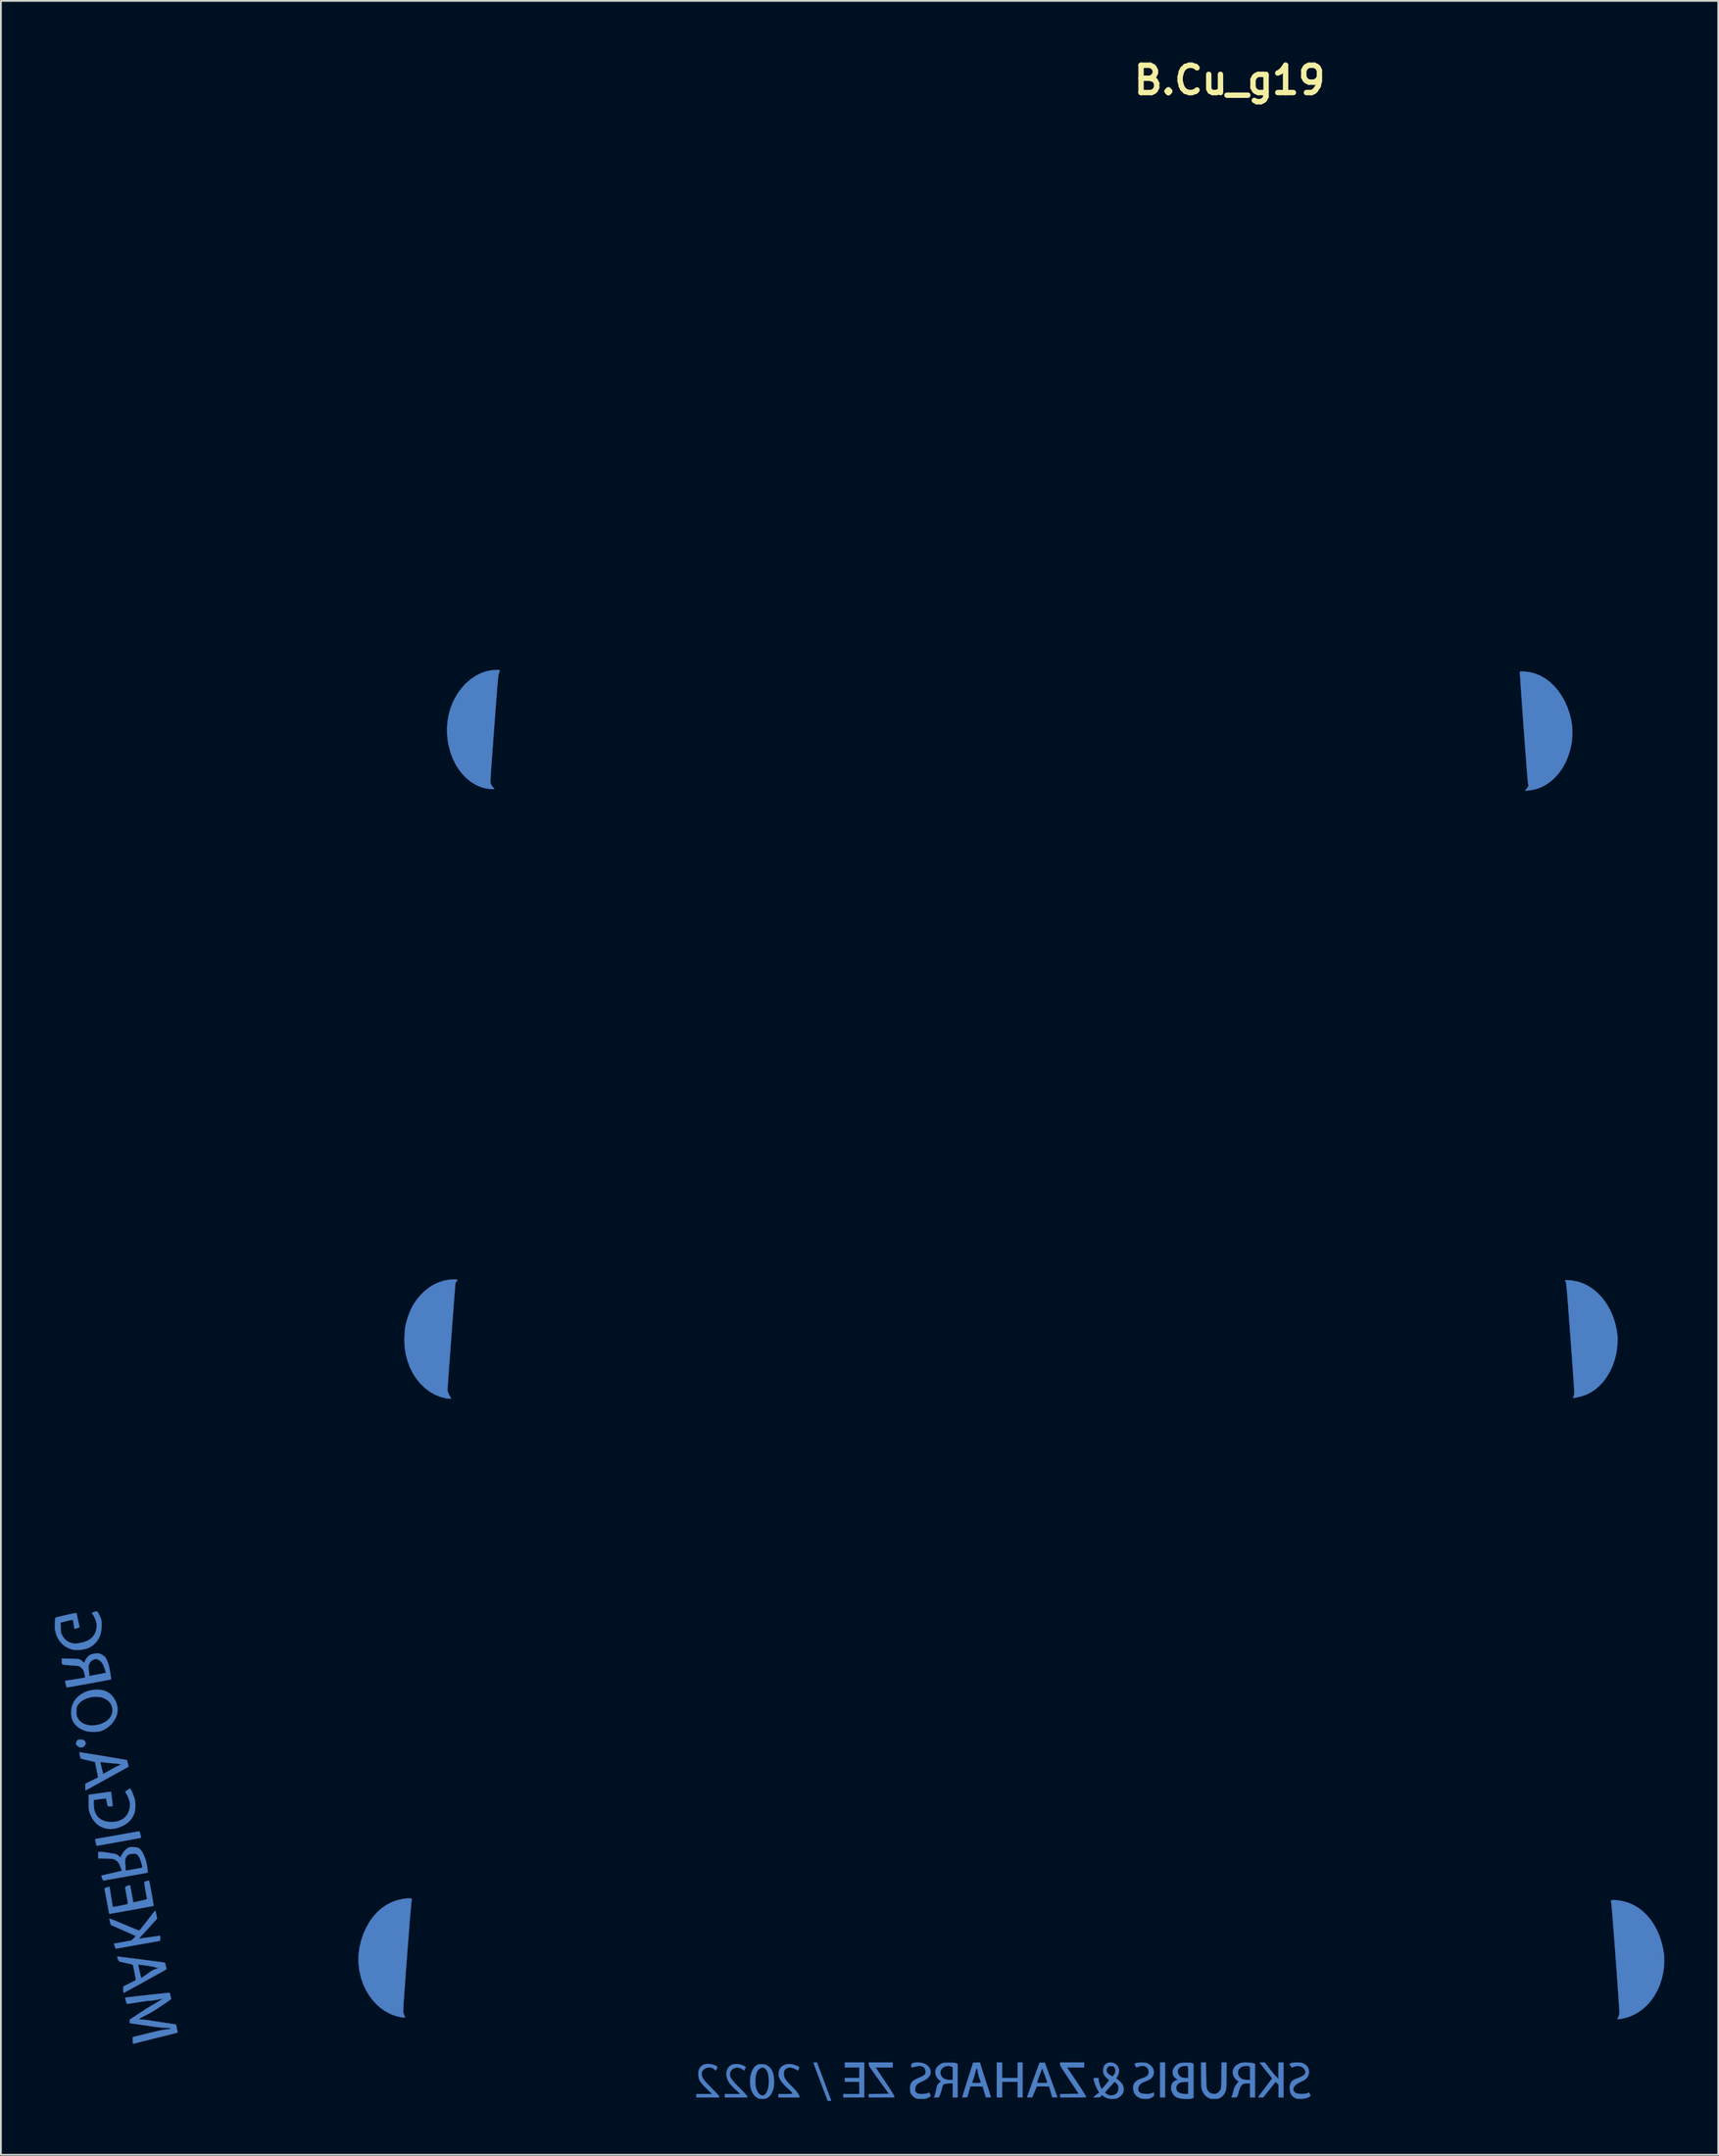
<source format=kicad_pcb>
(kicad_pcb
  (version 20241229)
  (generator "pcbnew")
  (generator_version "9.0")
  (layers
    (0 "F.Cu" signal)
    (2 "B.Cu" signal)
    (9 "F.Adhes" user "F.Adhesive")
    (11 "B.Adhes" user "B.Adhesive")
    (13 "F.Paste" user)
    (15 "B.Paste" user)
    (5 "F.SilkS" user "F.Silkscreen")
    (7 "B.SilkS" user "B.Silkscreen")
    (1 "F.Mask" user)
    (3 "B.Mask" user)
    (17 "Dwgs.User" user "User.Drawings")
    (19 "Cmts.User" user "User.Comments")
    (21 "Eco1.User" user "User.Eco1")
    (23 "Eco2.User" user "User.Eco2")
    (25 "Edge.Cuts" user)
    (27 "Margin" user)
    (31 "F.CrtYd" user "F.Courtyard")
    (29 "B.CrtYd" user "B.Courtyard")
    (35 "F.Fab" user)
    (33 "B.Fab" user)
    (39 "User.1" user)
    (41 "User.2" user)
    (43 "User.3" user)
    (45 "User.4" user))
  (footprint "B.Cu_g19"
    (layer "F.Cu")
    (at 65.481 1.418)
    (property "Reference" "B.Cu_g19" (at 0 0 0) (layer "F.SilkS") (effects (font (size 1.524 1.524) (thickness 0.3))))
    (attr through_hole)
    (fp_poly (pts (xy -3.598 112.374) (xy -3.873 112.374) (xy -3.873 110.427) (xy -3.598 110.427) (xy -3.598 112.374)) (stroke (width 0.01) (type solid)) (fill yes) (layer "B.Cu"))
    (fp_poly (pts (xy -20.362 112.374) (xy -21.526 112.374) (xy -21.526 112.183) (xy -20.637 112.183) (xy -20.637 111.506) (xy -21.442 111.506) (xy -21.442 111.294) (xy -20.637 111.294) (xy -20.637 110.702) (xy -21.442 110.702) (xy -21.442 110.427) (xy -20.362 110.427) (xy -20.362 112.374)) (stroke (width 0.01) (type solid)) (fill yes) (layer "B.Cu"))
    (fp_poly (pts (xy -12.679 111.294) (xy -11.811 111.294) (xy -11.811 110.427) (xy -11.536 110.427) (xy -11.536 112.374) (xy -11.811 112.374) (xy -11.811 111.506) (xy -12.679 111.506) (xy -12.679 112.374) (xy -12.975 112.374) (xy -12.975 110.427) (xy -12.679 110.427) (xy -12.679 111.294)) (stroke (width 0.01) (type solid)) (fill yes) (layer "B.Cu"))
    (fp_poly (pts (xy -63.993 92.44) (xy -63.917 92.45) (xy -63.867 92.469) (xy -63.824 92.506) (xy -63.814 92.517) (xy -63.764 92.592) (xy -63.755 92.664) (xy -63.786 92.738) (xy -63.836 92.797) (xy -63.891 92.847) (xy -63.937 92.871) (xy -63.993 92.879) (xy -64.013 92.879) (xy -64.074 92.875) (xy -64.123 92.856) (xy -64.179 92.816) (xy -64.205 92.794) (xy -64.26 92.743) (xy -64.287 92.707) (xy -64.294 92.672) (xy -64.29 92.64) (xy -64.264 92.545) (xy -64.225 92.482) (xy -64.166 92.448) (xy -64.079 92.436) (xy -63.993 92.44)) (stroke (width 0.01) (type solid)) (fill yes) (layer "B.Cu"))
    (fp_poly (pts (xy -18.775 110.702) (xy -19.728 110.702) (xy -19.215 111.469) (xy -19.067 111.692) (xy -18.943 111.881) (xy -18.845 112.036) (xy -18.771 112.156) (xy -18.721 112.243) (xy -18.697 112.294) (xy -18.694 112.305) (xy -18.686 112.374) (xy -20.108 112.374) (xy -20.108 112.184) (xy -19.546 112.178) (xy -18.984 112.173) (xy -19.546 111.396) (xy -19.679 111.212) (xy -19.789 111.058) (xy -19.879 110.933) (xy -19.95 110.832) (xy -20.005 110.752) (xy -20.045 110.689) (xy -20.073 110.641) (xy -20.092 110.604) (xy -20.102 110.575) (xy -20.107 110.55) (xy -20.108 110.526) (xy -20.108 110.522) (xy -20.108 110.427) (xy -18.775 110.427) (xy -18.775 110.702)) (stroke (width 0.01) (type solid)) (fill yes) (layer "B.Cu"))
    (fp_poly (pts (xy -8.107 110.702) (xy -9.06 110.702) (xy -8.53 111.495) (xy -8.421 111.66) (xy -8.319 111.815) (xy -8.227 111.957) (xy -8.148 112.082) (xy -8.083 112.185) (xy -8.036 112.264) (xy -8.008 112.314) (xy -8.001 112.331) (xy -8.002 112.343) (xy -8.008 112.352) (xy -8.023 112.359) (xy -8.052 112.364) (xy -8.098 112.368) (xy -8.166 112.371) (xy -8.26 112.373) (xy -8.384 112.373) (xy -8.542 112.374) (xy -8.721 112.374) (xy -9.44 112.374) (xy -9.44 112.184) (xy -8.403 112.173) (xy -8.922 111.395) (xy -9.046 111.208) (xy -9.149 111.053) (xy -9.232 110.926) (xy -9.298 110.824) (xy -9.348 110.743) (xy -9.385 110.681) (xy -9.411 110.632) (xy -9.427 110.595) (xy -9.436 110.565) (xy -9.44 110.54) (xy -9.44 110.522) (xy -9.44 110.427) (xy -8.107 110.427) (xy -8.107 110.702)) (stroke (width 0.01) (type solid)) (fill yes) (layer "B.Cu"))
    (fp_poly (pts (xy -22.998 110.427) (xy -22.608 111.469) (xy -22.534 111.669) (xy -22.463 111.858) (xy -22.398 112.031) (xy -22.341 112.185) (xy -22.292 112.316) (xy -22.253 112.42) (xy -22.226 112.493) (xy -22.211 112.533) (xy -22.209 112.538) (xy -22.217 112.555) (xy -22.26 112.563) (xy -22.296 112.564) (xy -22.355 112.561) (xy -22.395 112.553) (xy -22.402 112.548) (xy -22.411 112.525) (xy -22.434 112.467) (xy -22.468 112.377) (xy -22.513 112.258) (xy -22.568 112.115) (xy -22.63 111.951) (xy -22.698 111.77) (xy -22.77 111.576) (xy -22.793 111.516) (xy -22.867 111.318) (xy -22.937 111.131) (xy -23.002 110.96) (xy -23.059 110.808) (xy -23.108 110.678) (xy -23.146 110.576) (xy -23.173 110.504) (xy -23.187 110.467) (xy -23.189 110.464) (xy -23.192 110.441) (xy -23.174 110.43) (xy -23.125 110.427) (xy -23.1 110.427) (xy -22.998 110.427)) (stroke (width 0.01) (type solid)) (fill yes) (layer "B.Cu"))
    (fp_poly (pts (xy 2.264 110.818) (xy 2.352 110.929) (xy 2.433 111.029) (xy 2.502 111.113) (xy 2.557 111.176) (xy 2.592 111.212) (xy 2.602 111.22) (xy 2.635 111.244) (xy 2.672 111.29) (xy 2.678 111.3) (xy 2.72 111.368) (xy 2.726 110.897) (xy 2.731 110.427) (xy 3.006 110.427) (xy 3.006 112.374) (xy 2.731 112.374) (xy 2.731 111.663) (xy 2.649 111.583) (xy 2.567 111.503) (xy 1.873 112.373) (xy 1.729 112.374) (xy 1.651 112.372) (xy 1.61 112.365) (xy 1.599 112.353) (xy 1.601 112.347) (xy 1.617 112.324) (xy 1.656 112.272) (xy 1.713 112.194) (xy 1.786 112.096) (xy 1.871 111.982) (xy 1.965 111.857) (xy 1.995 111.817) (xy 2.373 111.313) (xy 2.041 110.896) (xy 1.949 110.781) (xy 1.865 110.676) (xy 1.793 110.585) (xy 1.737 110.515) (xy 1.7 110.469) (xy 1.688 110.453) (xy 1.686 110.439) (xy 1.711 110.43) (xy 1.77 110.427) (xy 1.814 110.427) (xy 1.962 110.427) (xy 2.264 110.818)) (stroke (width 0.01) (type solid)) (fill yes) (layer "B.Cu"))
    (fp_poly (pts (xy -60.768 97.553) (xy -60.75 97.579) (xy -60.731 97.634) (xy -60.707 97.721) (xy -60.688 97.803) (xy -60.675 97.867) (xy -60.67 97.905) (xy -60.671 97.91) (xy -60.693 97.916) (xy -60.753 97.928) (xy -60.847 97.946) (xy -60.972 97.969) (xy -61.123 97.997) (xy -61.297 98.029) (xy -61.491 98.064) (xy -61.7 98.101) (xy -61.863 98.13) (xy -62.082 98.169) (xy -62.29 98.206) (xy -62.483 98.241) (xy -62.656 98.272) (xy -62.805 98.299) (xy -62.928 98.321) (xy -63.02 98.338) (xy -63.076 98.348) (xy -63.093 98.351) (xy -63.136 98.35) (xy -63.15 98.336) (xy -63.17 98.27) (xy -63.19 98.193) (xy -63.207 98.115) (xy -63.219 98.047) (xy -63.225 97.998) (xy -63.222 97.981) (xy -63.199 97.977) (xy -63.138 97.967) (xy -63.045 97.951) (xy -62.924 97.929) (xy -62.779 97.904) (xy -62.615 97.875) (xy -62.436 97.844) (xy -62.247 97.81) (xy -62.053 97.776) (xy -61.857 97.741) (xy -61.665 97.707) (xy -61.481 97.674) (xy -61.309 97.644) (xy -61.154 97.616) (xy -61.02 97.592) (xy -60.912 97.572) (xy -60.835 97.558) (xy -60.793 97.55) (xy -60.787 97.549) (xy -60.768 97.553)) (stroke (width 0.01) (type solid)) (fill yes) (layer "B.Cu"))
    (fp_poly (pts (xy -27.303 110.533) (xy -27.17 110.568) (xy -27.059 110.619) (xy -27.022 110.645) (xy -26.961 110.693) (xy -27.007 110.782) (xy -27.035 110.834) (xy -27.056 110.866) (xy -27.062 110.871) (xy -27.083 110.859) (xy -27.126 110.829) (xy -27.167 110.798) (xy -27.274 110.738) (xy -27.387 110.711) (xy -27.501 110.714) (xy -27.609 110.744) (xy -27.704 110.797) (xy -27.78 110.871) (xy -27.831 110.963) (xy -27.851 111.069) (xy -27.847 111.128) (xy -27.834 111.19) (xy -27.816 111.247) (xy -27.789 111.305) (xy -27.749 111.368) (xy -27.694 111.44) (xy -27.62 111.525) (xy -27.523 111.629) (xy -27.402 111.754) (xy -27.312 111.846) (xy -27.169 111.992) (xy -27.056 112.11) (xy -26.972 112.202) (xy -26.916 112.269) (xy -26.887 112.312) (xy -26.882 112.327) (xy -26.882 112.374) (xy -28.131 112.374) (xy -28.131 112.183) (xy -27.273 112.183) (xy -27.551 111.919) (xy -27.682 111.792) (xy -27.785 111.684) (xy -27.863 111.59) (xy -27.922 111.504) (xy -27.966 111.419) (xy -28.001 111.33) (xy -28.006 111.314) (xy -28.041 111.147) (xy -28.042 110.991) (xy -28.01 110.848) (xy -27.948 110.725) (xy -27.857 110.626) (xy -27.74 110.555) (xy -27.703 110.541) (xy -27.583 110.517) (xy -27.445 110.515) (xy -27.303 110.533)) (stroke (width 0.01) (type solid)) (fill yes) (layer "B.Cu"))
    (fp_poly (pts (xy -28.954 110.515) (xy -28.842 110.535) (xy -28.738 110.563) (xy -28.65 110.599) (xy -28.587 110.638) (xy -28.556 110.678) (xy -28.554 110.69) (xy -28.562 110.728) (xy -28.582 110.779) (xy -28.607 110.83) (xy -28.63 110.864) (xy -28.639 110.871) (xy -28.662 110.857) (xy -28.693 110.826) (xy -28.785 110.755) (xy -28.895 110.714) (xy -29.016 110.703) (xy -29.137 110.721) (xy -29.248 110.768) (xy -29.339 110.844) (xy -29.343 110.848) (xy -29.395 110.926) (xy -29.419 111.006) (xy -29.417 111.106) (xy -29.417 111.114) (xy -29.407 111.175) (xy -29.39 111.233) (xy -29.364 111.292) (xy -29.324 111.356) (xy -29.268 111.43) (xy -29.193 111.517) (xy -29.096 111.623) (xy -28.972 111.75) (xy -28.878 111.846) (xy -28.734 111.993) (xy -28.62 112.113) (xy -28.536 112.206) (xy -28.48 112.273) (xy -28.452 112.315) (xy -28.448 112.328) (xy -28.448 112.374) (xy -29.718 112.374) (xy -29.718 112.183) (xy -28.841 112.183) (xy -29.149 111.882) (xy -29.284 111.748) (xy -29.389 111.634) (xy -29.468 111.536) (xy -29.526 111.447) (xy -29.566 111.36) (xy -29.591 111.271) (xy -29.604 111.172) (xy -29.608 111.124) (xy -29.608 110.975) (xy -29.587 110.855) (xy -29.542 110.753) (xy -29.483 110.672) (xy -29.392 110.59) (xy -29.289 110.537) (xy -29.164 110.512) (xy -29.067 110.508) (xy -28.954 110.515)) (stroke (width 0.01) (type solid)) (fill yes) (layer "B.Cu"))
    (fp_poly (pts (xy -1.307 111.109) (xy -1.304 111.311) (xy -1.3 111.476) (xy -1.296 111.608) (xy -1.29 111.713) (xy -1.282 111.795) (xy -1.271 111.859) (xy -1.257 111.91) (xy -1.238 111.953) (xy -1.216 111.993) (xy -1.201 112.016) (xy -1.125 112.095) (xy -1.023 112.151) (xy -0.908 112.179) (xy -0.791 112.177) (xy -0.713 112.155) (xy -0.636 112.105) (xy -0.562 112.029) (xy -0.504 111.941) (xy -0.484 111.893) (xy -0.475 111.847) (xy -0.468 111.764) (xy -0.461 111.644) (xy -0.456 111.486) (xy -0.452 111.287) (xy -0.45 111.12) (xy -0.442 110.427) (xy -0.167 110.427) (xy -0.174 111.173) (xy -0.176 111.371) (xy -0.177 111.531) (xy -0.18 111.659) (xy -0.183 111.759) (xy -0.186 111.836) (xy -0.192 111.895) (xy -0.198 111.94) (xy -0.207 111.977) (xy -0.217 112.009) (xy -0.228 112.038) (xy -0.297 112.179) (xy -0.378 112.285) (xy -0.478 112.365) (xy -0.51 112.384) (xy -0.571 112.414) (xy -0.627 112.434) (xy -0.692 112.445) (xy -0.78 112.451) (xy -0.826 112.453) (xy -0.966 112.452) (xy -1.069 112.44) (xy -1.107 112.429) (xy -1.255 112.353) (xy -1.378 112.242) (xy -1.477 112.097) (xy -1.531 111.975) (xy -1.544 111.94) (xy -1.554 111.905) (xy -1.561 111.863) (xy -1.568 111.811) (xy -1.572 111.742) (xy -1.576 111.653) (xy -1.578 111.539) (xy -1.581 111.393) (xy -1.583 111.212) (xy -1.583 111.141) (xy -1.59 110.427) (xy -1.316 110.427) (xy -1.307 111.109)) (stroke (width 0.01) (type solid)) (fill yes) (layer "B.Cu"))
    (fp_poly (pts (xy -24.481 110.516) (xy -24.402 110.527) (xy -24.308 110.549) (xy -24.21 110.579) (xy -24.119 110.612) (xy -24.045 110.645) (xy -23.999 110.675) (xy -23.99 110.684) (xy -23.99 110.714) (xy -24.005 110.763) (xy -24.028 110.816) (xy -24.052 110.857) (xy -24.069 110.871) (xy -24.095 110.86) (xy -24.142 110.832) (xy -24.164 110.818) (xy -24.253 110.77) (xy -24.36 110.731) (xy -24.465 110.706) (xy -24.521 110.702) (xy -24.608 110.718) (xy -24.698 110.759) (xy -24.774 110.818) (xy -24.814 110.871) (xy -24.837 110.931) (xy -24.846 111.002) (xy -24.843 111.085) (xy -24.834 111.17) (xy -24.813 111.249) (xy -24.779 111.326) (xy -24.726 111.408) (xy -24.652 111.499) (xy -24.553 111.607) (xy -24.427 111.734) (xy -24.271 111.893) (xy -24.149 112.029) (xy -24.061 112.142) (xy -24.006 112.233) (xy -23.983 112.303) (xy -23.982 112.316) (xy -23.982 112.374) (xy -25.146 112.374) (xy -25.146 112.183) (xy -24.754 112.183) (xy -24.631 112.183) (xy -24.523 112.181) (xy -24.439 112.179) (xy -24.383 112.177) (xy -24.363 112.173) (xy -24.378 112.126) (xy -24.418 112.063) (xy -24.475 111.997) (xy -24.537 111.94) (xy -24.697 111.802) (xy -24.838 111.661) (xy -24.954 111.523) (xy -25.039 111.394) (xy -25.054 111.365) (xy -25.096 111.277) (xy -25.119 111.209) (xy -25.131 111.144) (xy -25.134 111.065) (xy -25.134 111.053) (xy -25.114 110.901) (xy -25.061 110.771) (xy -24.975 110.664) (xy -24.86 110.584) (xy -24.72 110.533) (xy -24.557 110.514) (xy -24.481 110.516)) (stroke (width 0.01) (type solid)) (fill yes) (layer "B.Cu"))
    (fp_poly (pts (xy -26.031 110.521) (xy -25.921 110.534) (xy -25.829 110.56) (xy -25.808 110.57) (xy -25.674 110.659) (xy -25.569 110.771) (xy -25.488 110.912) (xy -25.428 111.085) (xy -25.41 111.185) (xy -25.397 111.313) (xy -25.391 111.455) (xy -25.392 111.599) (xy -25.399 111.732) (xy -25.414 111.84) (xy -25.419 111.866) (xy -25.48 112.051) (xy -25.561 112.206) (xy -25.661 112.326) (xy -25.778 112.409) (xy -25.789 112.415) (xy -25.88 112.444) (xy -25.995 112.457) (xy -26.115 112.455) (xy -26.224 112.437) (xy -26.255 112.427) (xy -26.384 112.359) (xy -26.495 112.257) (xy -26.586 112.124) (xy -26.655 111.965) (xy -26.702 111.784) (xy -26.724 111.586) (xy -26.722 111.4) (xy -26.431 111.4) (xy -26.431 111.602) (xy -26.41 111.775) (xy -26.368 111.928) (xy -26.323 112.03) (xy -26.252 112.141) (xy -26.172 112.218) (xy -26.087 112.26) (xy -26.002 112.266) (xy -25.92 112.233) (xy -25.875 112.194) (xy -25.796 112.081) (xy -25.736 111.934) (xy -25.697 111.757) (xy -25.679 111.551) (xy -25.681 111.385) (xy -25.693 111.215) (xy -25.715 111.078) (xy -25.749 110.967) (xy -25.797 110.872) (xy -25.83 110.824) (xy -25.905 110.747) (xy -25.984 110.711) (xy -26.072 110.714) (xy -26.147 110.742) (xy -26.242 110.806) (xy -26.318 110.898) (xy -26.373 111.021) (xy -26.41 111.177) (xy -26.43 111.369) (xy -26.431 111.4) (xy -26.722 111.4) (xy -26.722 111.373) (xy -26.692 111.151) (xy -26.679 111.088) (xy -26.624 110.915) (xy -26.544 110.765) (xy -26.441 110.644) (xy -26.326 110.559) (xy -26.248 110.533) (xy -26.145 110.521) (xy -26.031 110.521)) (stroke (width 0.01) (type solid)) (fill yes) (layer "B.Cu"))
    (fp_poly (pts (xy 16.324 32.937) (xy 16.427 32.942) (xy 16.431 32.942) (xy 16.739 32.979) (xy 17.036 33.057) (xy 17.323 33.175) (xy 17.596 33.331) (xy 17.854 33.524) (xy 18.096 33.753) (xy 18.321 34.018) (xy 18.515 34.301) (xy 18.693 34.62) (xy 18.843 34.962) (xy 18.962 35.316) (xy 19.047 35.675) (xy 19.097 36.031) (xy 19.106 36.174) (xy 19.104 36.544) (xy 19.066 36.911) (xy 18.993 37.271) (xy 18.888 37.62) (xy 18.751 37.953) (xy 18.586 38.265) (xy 18.392 38.552) (xy 18.173 38.809) (xy 18.14 38.842) (xy 17.901 39.06) (xy 17.654 39.237) (xy 17.397 39.376) (xy 17.125 39.478) (xy 16.834 39.545) (xy 16.616 39.573) (xy 16.457 39.587) (xy 16.513 39.526) (xy 16.57 39.456) (xy 16.618 39.382) (xy 16.65 39.317) (xy 16.658 39.28) (xy 16.648 39.229) (xy 16.638 39.206) (xy 16.634 39.18) (xy 16.627 39.116) (xy 16.618 39.015) (xy 16.606 38.88) (xy 16.592 38.714) (xy 16.577 38.521) (xy 16.559 38.303) (xy 16.541 38.062) (xy 16.521 37.802) (xy 16.5 37.526) (xy 16.478 37.236) (xy 16.455 36.935) (xy 16.432 36.627) (xy 16.409 36.314) (xy 16.386 35.998) (xy 16.363 35.684) (xy 16.341 35.373) (xy 16.319 35.068) (xy 16.298 34.773) (xy 16.278 34.491) (xy 16.259 34.223) (xy 16.242 33.973) (xy 16.226 33.744) (xy 16.212 33.539) (xy 16.201 33.361) (xy 16.192 33.212) (xy 16.185 33.095) (xy 16.181 33.014) (xy 16.18 32.97) (xy 16.18 32.964) (xy 16.191 32.949) (xy 16.213 32.94) (xy 16.255 32.936) (xy 16.324 32.937)) (stroke (width 0.01) (type solid)) (fill yes) (layer "B.Cu"))
    (fp_poly (pts (xy -13.609 111.394) (xy -13.301 112.363) (xy -13.437 112.37) (xy -13.508 112.372) (xy -13.561 112.371) (xy -13.582 112.367) (xy -13.589 112.346) (xy -13.606 112.293) (xy -13.629 112.216) (xy -13.656 112.126) (xy -13.684 112.03) (xy -13.711 111.937) (xy -13.734 111.856) (xy -13.751 111.797) (xy -13.758 111.767) (xy -13.758 111.765) (xy -13.778 111.764) (xy -13.834 111.762) (xy -13.917 111.761) (xy -14.022 111.76) (xy -14.104 111.76) (xy -14.449 111.76) (xy -14.619 112.363) (xy -14.76 112.37) (xy -14.831 112.37) (xy -14.882 112.367) (xy -14.901 112.359) (xy -14.901 112.359) (xy -14.895 112.336) (xy -14.877 112.277) (xy -14.849 112.185) (xy -14.811 112.065) (xy -14.766 111.921) (xy -14.714 111.757) (xy -14.657 111.576) (xy -14.653 111.563) (xy -14.351 111.563) (xy -14.331 111.566) (xy -14.277 111.568) (xy -14.198 111.569) (xy -14.108 111.57) (xy -14.012 111.568) (xy -13.934 111.564) (xy -13.882 111.559) (xy -13.864 111.553) (xy -13.871 111.527) (xy -13.888 111.47) (xy -13.914 111.389) (xy -13.946 111.293) (xy -13.949 111.284) (xy -13.982 111.179) (xy -14.009 111.079) (xy -14.028 110.998) (xy -14.034 110.946) (xy -14.042 110.872) (xy -14.06 110.804) (xy -14.063 110.797) (xy -14.091 110.733) (xy -14.125 110.813) (xy -14.149 110.883) (xy -14.172 110.967) (xy -14.18 111.003) (xy -14.196 111.071) (xy -14.222 111.164) (xy -14.254 111.269) (xy -14.276 111.336) (xy -14.306 111.425) (xy -14.331 111.498) (xy -14.346 111.547) (xy -14.351 111.563) (xy -14.653 111.563) (xy -14.598 111.39) (xy -14.295 110.437) (xy -14.106 110.431) (xy -13.917 110.425) (xy -13.609 111.394)) (stroke (width 0.01) (type solid)) (fill yes) (layer "B.Cu"))
    (fp_poly (pts (xy 21.531 101.385) (xy 21.611 101.391) (xy 21.922 101.439) (xy 22.221 101.525) (xy 22.507 101.65) (xy 22.777 101.81) (xy 23.03 102.004) (xy 23.265 102.231) (xy 23.479 102.488) (xy 23.67 102.774) (xy 23.838 103.087) (xy 23.979 103.425) (xy 24.092 103.787) (xy 24.1 103.817) (xy 24.175 104.159) (xy 24.218 104.484) (xy 24.229 104.803) (xy 24.21 105.127) (xy 24.172 105.399) (xy 24.092 105.761) (xy 23.981 106.104) (xy 23.839 106.426) (xy 23.67 106.726) (xy 23.475 106.999) (xy 23.255 107.246) (xy 23.014 107.462) (xy 22.753 107.647) (xy 22.473 107.798) (xy 22.177 107.912) (xy 21.9 107.982) (xy 21.813 107.997) (xy 21.734 108.008) (xy 21.679 108.013) (xy 21.674 108.013) (xy 21.614 108.013) (xy 21.665 107.901) (xy 21.697 107.819) (xy 21.722 107.734) (xy 21.73 107.694) (xy 21.73 107.662) (xy 21.727 107.591) (xy 21.721 107.485) (xy 21.712 107.345) (xy 21.701 107.176) (xy 21.688 106.979) (xy 21.673 106.758) (xy 21.657 106.515) (xy 21.638 106.254) (xy 21.618 105.977) (xy 21.598 105.687) (xy 21.576 105.386) (xy 21.553 105.079) (xy 21.53 104.767) (xy 21.507 104.454) (xy 21.484 104.142) (xy 21.461 103.834) (xy 21.438 103.533) (xy 21.416 103.242) (xy 21.394 102.963) (xy 21.374 102.7) (xy 21.354 102.456) (xy 21.336 102.233) (xy 21.32 102.034) (xy 21.306 101.862) (xy 21.293 101.72) (xy 21.283 101.61) (xy 21.276 101.536) (xy 21.271 101.501) (xy 21.269 101.498) (xy 21.255 101.474) (xy 21.251 101.442) (xy 21.259 101.412) (xy 21.286 101.392) (xy 21.337 101.382) (xy 21.417 101.379) (xy 21.531 101.385)) (stroke (width 0.01) (type solid)) (fill yes) (layer "B.Cu"))
    (fp_poly (pts (xy -9.947 111.4) (xy -9.596 112.363) (xy -9.732 112.37) (xy -9.804 112.372) (xy -9.856 112.371) (xy -9.877 112.367) (xy -9.885 112.346) (xy -9.902 112.293) (xy -9.925 112.216) (xy -9.952 112.126) (xy -9.98 112.03) (xy -10.007 111.937) (xy -10.03 111.856) (xy -10.047 111.797) (xy -10.054 111.767) (xy -10.054 111.765) (xy -10.074 111.764) (xy -10.129 111.762) (xy -10.213 111.761) (xy -10.318 111.76) (xy -10.399 111.76) (xy -10.743 111.76) (xy -11 112.363) (xy -11.143 112.37) (xy -11.219 112.372) (xy -11.261 112.37) (xy -11.277 112.36) (xy -11.277 112.34) (xy -11.274 112.327) (xy -11.265 112.298) (xy -11.242 112.233) (xy -11.208 112.137) (xy -11.164 112.013) (xy -11.111 111.867) (xy -11.051 111.701) (xy -10.997 111.553) (xy -10.732 111.553) (xy -10.712 111.559) (xy -10.657 111.564) (xy -10.576 111.568) (xy -10.475 111.569) (xy -10.446 111.57) (xy -10.341 111.568) (xy -10.254 111.565) (xy -10.191 111.56) (xy -10.162 111.554) (xy -10.16 111.552) (xy -10.167 111.52) (xy -10.186 111.457) (xy -10.213 111.375) (xy -10.245 111.282) (xy -10.279 111.19) (xy -10.31 111.108) (xy -10.336 111.045) (xy -10.348 111.019) (xy -10.377 110.951) (xy -10.4 110.869) (xy -10.404 110.843) (xy -10.416 110.788) (xy -10.429 110.759) (xy -10.436 110.758) (xy -10.453 110.788) (xy -10.481 110.85) (xy -10.516 110.937) (xy -10.556 111.039) (xy -10.598 111.151) (xy -10.639 111.262) (xy -10.676 111.366) (xy -10.705 111.454) (xy -10.725 111.52) (xy -10.732 111.553) (xy -10.997 111.553) (xy -10.986 111.521) (xy -10.926 111.358) (xy -10.591 110.437) (xy -10.298 110.437) (xy -9.947 111.4)) (stroke (width 0.01) (type solid)) (fill yes) (layer "B.Cu"))
    (fp_poly (pts (xy -45.678 101.286) (xy -45.617 101.294) (xy -45.588 101.309) (xy -45.576 101.34) (xy -45.575 101.344) (xy -45.578 101.388) (xy -45.592 101.409) (xy -45.596 101.431) (xy -45.603 101.492) (xy -45.612 101.59) (xy -45.624 101.722) (xy -45.638 101.884) (xy -45.654 102.075) (xy -45.672 102.29) (xy -45.691 102.527) (xy -45.712 102.784) (xy -45.733 103.056) (xy -45.756 103.343) (xy -45.779 103.64) (xy -45.803 103.944) (xy -45.827 104.254) (xy -45.85 104.565) (xy -45.874 104.875) (xy -45.897 105.182) (xy -45.919 105.482) (xy -45.941 105.773) (xy -45.961 106.051) (xy -45.98 106.314) (xy -45.998 106.558) (xy -46.013 106.782) (xy -46.027 106.982) (xy -46.039 107.154) (xy -46.048 107.298) (xy -46.054 107.408) (xy -46.058 107.484) (xy -46.058 107.513) (xy -46.05 107.635) (xy -46.023 107.743) (xy -46.005 107.791) (xy -45.979 107.857) (xy -45.96 107.905) (xy -45.953 107.924) (xy -45.972 107.927) (xy -46.023 107.925) (xy -46.095 107.918) (xy -46.179 107.906) (xy -46.186 107.905) (xy -46.485 107.834) (xy -46.773 107.725) (xy -47.048 107.579) (xy -47.307 107.399) (xy -47.549 107.186) (xy -47.77 106.945) (xy -47.968 106.676) (xy -48.142 106.383) (xy -48.288 106.067) (xy -48.404 105.731) (xy -48.439 105.604) (xy -48.516 105.214) (xy -48.552 104.822) (xy -48.545 104.43) (xy -48.497 104.038) (xy -48.408 103.649) (xy -48.277 103.263) (xy -48.119 102.913) (xy -47.938 102.592) (xy -47.733 102.304) (xy -47.506 102.05) (xy -47.257 101.83) (xy -46.989 101.646) (xy -46.702 101.498) (xy -46.398 101.389) (xy -46.079 101.317) (xy -45.973 101.303) (xy -45.873 101.293) (xy -45.776 101.287) (xy -45.699 101.285) (xy -45.678 101.286)) (stroke (width 0.01) (type solid)) (fill yes) (layer "B.Cu"))
    (fp_poly (pts (xy 1.002 110.431) (xy 1.157 110.44) (xy 1.27 110.455) (xy 1.339 110.475) (xy 1.418 110.509) (xy 1.418 112.374) (xy 1.143 112.374) (xy 1.143 111.591) (xy 0.968 111.591) (xy 0.859 111.597) (xy 0.772 111.618) (xy 0.701 111.658) (xy 0.642 111.723) (xy 0.591 111.816) (xy 0.544 111.942) (xy 0.499 112.097) (xy 0.469 112.208) (xy 0.444 112.284) (xy 0.419 112.333) (xy 0.388 112.36) (xy 0.345 112.371) (xy 0.283 112.374) (xy 0.241 112.374) (xy 0.161 112.373) (xy 0.117 112.369) (xy 0.102 112.361) (xy 0.109 112.347) (xy 0.113 112.342) (xy 0.13 112.31) (xy 0.153 112.246) (xy 0.178 112.16) (xy 0.2 112.074) (xy 0.233 111.943) (xy 0.267 111.841) (xy 0.307 111.756) (xy 0.359 111.675) (xy 0.427 111.588) (xy 0.507 111.49) (xy 0.427 111.434) (xy 0.311 111.33) (xy 0.229 111.2) (xy 0.183 111.049) (xy 0.177 111.011) (xy 0.178 110.997) (xy 0.465 110.997) (xy 0.482 111.101) (xy 0.527 111.199) (xy 0.598 111.283) (xy 0.692 111.346) (xy 0.786 111.377) (xy 0.86 111.388) (xy 0.952 111.395) (xy 1.011 111.398) (xy 1.143 111.4) (xy 1.143 111.03) (xy 1.143 110.889) (xy 1.141 110.784) (xy 1.133 110.71) (xy 1.119 110.662) (xy 1.093 110.634) (xy 1.055 110.621) (xy 1.001 110.617) (xy 0.936 110.617) (xy 0.799 110.628) (xy 0.685 110.664) (xy 0.598 110.716) (xy 0.52 110.797) (xy 0.477 110.893) (xy 0.465 110.997) (xy 0.178 110.997) (xy 0.182 110.881) (xy 0.226 110.759) (xy 0.303 110.648) (xy 0.411 110.555) (xy 0.544 110.485) (xy 0.599 110.465) (xy 0.671 110.446) (xy 0.738 110.434) (xy 0.814 110.428) (xy 0.91 110.428) (xy 1.002 110.431)) (stroke (width 0.01) (type solid)) (fill yes) (layer "B.Cu"))
    (fp_poly (pts (xy -15.498 110.438) (xy -15.399 110.442) (xy -15.327 110.448) (xy -15.274 110.459) (xy -15.235 110.473) (xy -15.155 110.509) (xy -15.155 112.374) (xy -15.431 112.374) (xy -15.431 111.587) (xy -15.651 111.594) (xy -15.78 111.602) (xy -15.874 111.619) (xy -15.938 111.647) (xy -15.979 111.691) (xy -16.004 111.753) (xy -16.009 111.773) (xy -16.048 111.943) (xy -16.089 112.082) (xy -16.134 112.204) (xy -16.149 112.238) (xy -16.211 112.374) (xy -16.353 112.374) (xy -16.428 112.373) (xy -16.467 112.369) (xy -16.478 112.36) (xy -16.468 112.342) (xy -16.463 112.337) (xy -16.446 112.301) (xy -16.422 112.23) (xy -16.395 112.13) (xy -16.365 112.007) (xy -16.334 111.868) (xy -16.308 111.744) (xy -16.281 111.679) (xy -16.229 111.607) (xy -16.165 111.543) (xy -16.118 111.509) (xy -16.09 111.489) (xy -16.097 111.473) (xy -16.112 111.463) (xy -16.229 111.372) (xy -16.318 111.258) (xy -16.377 111.13) (xy -16.403 110.995) (xy -16.399 110.938) (xy -16.118 110.938) (xy -16.115 111.054) (xy -16.074 111.169) (xy -16.021 111.243) (xy -15.946 111.309) (xy -15.864 111.355) (xy -15.817 111.369) (xy -15.76 111.38) (xy -15.72 111.388) (xy -15.716 111.39) (xy -15.685 111.394) (xy -15.626 111.397) (xy -15.563 111.398) (xy -15.431 111.4) (xy -15.431 110.701) (xy -15.499 110.659) (xy -15.596 110.623) (xy -15.71 110.617) (xy -15.827 110.639) (xy -15.937 110.688) (xy -16.002 110.736) (xy -16.08 110.831) (xy -16.118 110.938) (xy -16.399 110.938) (xy -16.393 110.861) (xy -16.374 110.799) (xy -16.323 110.708) (xy -16.241 110.617) (xy -16.142 110.537) (xy -16.048 110.483) (xy -16.004 110.465) (xy -15.959 110.452) (xy -15.904 110.444) (xy -15.831 110.439) (xy -15.73 110.437) (xy -15.632 110.437) (xy -15.498 110.438)) (stroke (width 0.01) (type solid)) (fill yes) (layer "B.Cu"))
    (fp_poly (pts (xy 3.886 110.431) (xy 3.99 110.443) (xy 4.053 110.457) (xy 4.163 110.506) (xy 4.264 110.581) (xy 4.345 110.673) (xy 4.396 110.771) (xy 4.398 110.778) (xy 4.425 110.933) (xy 4.411 111.078) (xy 4.359 111.208) (xy 4.27 111.323) (xy 4.145 111.419) (xy 4.032 111.475) (xy 3.855 111.558) (xy 3.718 111.647) (xy 3.621 111.741) (xy 3.565 111.839) (xy 3.55 111.918) (xy 3.567 112.008) (xy 3.622 112.081) (xy 3.714 112.137) (xy 3.738 112.146) (xy 3.82 112.166) (xy 3.927 112.177) (xy 4.044 112.18) (xy 4.161 112.174) (xy 4.264 112.161) (xy 4.341 112.141) (xy 4.355 112.134) (xy 4.424 112.098) (xy 4.47 112.193) (xy 4.497 112.25) (xy 4.506 112.283) (xy 4.496 112.303) (xy 4.476 112.32) (xy 4.433 112.345) (xy 4.368 112.377) (xy 4.318 112.398) (xy 4.235 112.422) (xy 4.129 112.44) (xy 4.011 112.451) (xy 3.896 112.454) (xy 3.794 112.449) (xy 3.72 112.436) (xy 3.715 112.434) (xy 3.581 112.365) (xy 3.479 112.271) (xy 3.407 112.149) (xy 3.364 111.997) (xy 3.353 111.914) (xy 3.354 111.748) (xy 3.389 111.607) (xy 3.459 111.49) (xy 3.562 111.399) (xy 3.698 111.334) (xy 3.72 111.327) (xy 3.852 111.281) (xy 3.974 111.228) (xy 4.077 111.172) (xy 4.153 111.118) (xy 4.192 111.076) (xy 4.224 111.012) (xy 4.23 110.953) (xy 4.211 110.884) (xy 4.189 110.835) (xy 4.121 110.741) (xy 4.026 110.673) (xy 3.909 110.633) (xy 3.779 110.624) (xy 3.643 110.646) (xy 3.61 110.657) (xy 3.54 110.68) (xy 3.485 110.697) (xy 3.46 110.702) (xy 3.439 110.684) (xy 3.409 110.64) (xy 3.391 110.607) (xy 3.345 110.512) (xy 3.402 110.474) (xy 3.458 110.453) (xy 3.546 110.438) (xy 3.653 110.429) (xy 3.77 110.427) (xy 3.886 110.431)) (stroke (width 0.01) (type solid)) (fill yes) (layer "B.Cu"))
    (fp_poly (pts (xy 18.844 66.846) (xy 18.942 66.852) (xy 19.05 66.862) (xy 19.103 66.868) (xy 19.402 66.925) (xy 19.691 67.022) (xy 19.968 67.156) (xy 20.23 67.324) (xy 20.475 67.524) (xy 20.703 67.755) (xy 20.91 68.013) (xy 21.096 68.297) (xy 21.257 68.604) (xy 21.393 68.932) (xy 21.501 69.278) (xy 21.58 69.641) (xy 21.614 69.886) (xy 21.626 70.069) (xy 21.624 70.279) (xy 21.611 70.504) (xy 21.586 70.73) (xy 21.55 70.944) (xy 21.546 70.961) (xy 21.458 71.308) (xy 21.34 71.638) (xy 21.195 71.947) (xy 21.025 72.234) (xy 20.831 72.496) (xy 20.617 72.729) (xy 20.384 72.93) (xy 20.135 73.098) (xy 19.871 73.228) (xy 19.791 73.259) (xy 19.702 73.289) (xy 19.6 73.317) (xy 19.492 73.345) (xy 19.386 73.368) (xy 19.289 73.387) (xy 19.21 73.398) (xy 19.156 73.402) (xy 19.135 73.396) (xy 19.135 73.395) (xy 19.145 73.371) (xy 19.168 73.332) (xy 19.189 73.282) (xy 19.206 73.209) (xy 19.213 73.158) (xy 19.212 73.123) (xy 19.209 73.048) (xy 19.203 72.936) (xy 19.194 72.789) (xy 19.183 72.609) (xy 19.169 72.4) (xy 19.153 72.164) (xy 19.135 71.903) (xy 19.115 71.62) (xy 19.093 71.316) (xy 19.07 70.996) (xy 19.046 70.66) (xy 19.02 70.313) (xy 18.998 70.009) (xy 18.967 69.589) (xy 18.938 69.209) (xy 18.912 68.868) (xy 18.889 68.563) (xy 18.869 68.291) (xy 18.85 68.052) (xy 18.834 67.843) (xy 18.819 67.661) (xy 18.806 67.506) (xy 18.795 67.374) (xy 18.784 67.264) (xy 18.775 67.174) (xy 18.767 67.101) (xy 18.76 67.044) (xy 18.753 67.001) (xy 18.747 66.969) (xy 18.741 66.947) (xy 18.736 66.932) (xy 18.731 66.925) (xy 18.703 66.882) (xy 18.69 66.857) (xy 18.69 66.856) (xy 18.71 66.848) (xy 18.764 66.845) (xy 18.844 66.846)) (stroke (width 0.01) (type solid)) (fill yes) (layer "B.Cu"))
    (fp_poly (pts (xy -43.128 66.804) (xy -43.064 66.81) (xy -43.035 66.823) (xy -43.034 66.847) (xy -43.06 66.883) (xy -43.074 66.9) (xy -43.115 66.955) (xy -43.143 67.006) (xy -43.148 67.019) (xy -43.151 67.047) (xy -43.156 67.113) (xy -43.165 67.216) (xy -43.176 67.352) (xy -43.189 67.519) (xy -43.204 67.713) (xy -43.221 67.931) (xy -43.239 68.171) (xy -43.258 68.43) (xy -43.279 68.704) (xy -43.301 68.99) (xy -43.323 69.287) (xy -43.346 69.59) (xy -43.368 69.897) (xy -43.391 70.204) (xy -43.414 70.509) (xy -43.436 70.81) (xy -43.457 71.102) (xy -43.478 71.383) (xy -43.498 71.65) (xy -43.516 71.9) (xy -43.532 72.13) (xy -43.547 72.337) (xy -43.56 72.518) (xy -43.571 72.671) (xy -43.579 72.791) (xy -43.584 72.877) (xy -43.587 72.926) (xy -43.587 72.932) (xy -43.586 72.997) (xy -43.578 73.051) (xy -43.558 73.108) (xy -43.523 73.18) (xy -43.491 73.242) (xy -43.448 73.32) (xy -43.415 73.385) (xy -43.395 73.426) (xy -43.392 73.436) (xy -43.411 73.444) (xy -43.461 73.446) (xy -43.531 73.444) (xy -43.611 73.437) (xy -43.689 73.425) (xy -43.699 73.424) (xy -43.995 73.347) (xy -44.283 73.229) (xy -44.559 73.073) (xy -44.821 72.879) (xy -45.066 72.649) (xy -45.069 72.646) (xy -45.299 72.373) (xy -45.499 72.072) (xy -45.667 71.745) (xy -45.803 71.393) (xy -45.905 71.017) (xy -45.965 70.684) (xy -45.98 70.526) (xy -45.989 70.339) (xy -45.991 70.136) (xy -45.986 69.929) (xy -45.975 69.73) (xy -45.958 69.553) (xy -45.942 69.448) (xy -45.877 69.155) (xy -45.787 68.861) (xy -45.679 68.58) (xy -45.556 68.324) (xy -45.528 68.273) (xy -45.339 67.978) (xy -45.127 67.712) (xy -44.893 67.477) (xy -44.64 67.274) (xy -44.372 67.105) (xy -44.09 66.972) (xy -43.797 66.876) (xy -43.495 66.819) (xy -43.229 66.802) (xy -43.128 66.804)) (stroke (width 0.01) (type solid)) (fill yes) (layer "B.Cu"))
    (fp_poly (pts (xy -62.908 89.672) (xy -62.713 89.714) (xy -62.543 89.787) (xy -62.391 89.892) (xy -62.327 89.951) (xy -62.189 90.116) (xy -62.083 90.299) (xy -62.013 90.495) (xy -61.979 90.696) (xy -61.984 90.898) (xy -62.008 91.025) (xy -62.083 91.23) (xy -62.194 91.422) (xy -62.338 91.596) (xy -62.509 91.749) (xy -62.703 91.874) (xy -62.915 91.968) (xy -62.918 91.969) (xy -63.011 91.991) (xy -63.133 92.004) (xy -63.273 92.01) (xy -63.42 92.008) (xy -63.56 91.998) (xy -63.683 91.979) (xy -63.691 91.977) (xy -63.848 91.93) (xy -64.005 91.861) (xy -64.147 91.777) (xy -64.243 91.701) (xy -64.373 91.561) (xy -64.467 91.417) (xy -64.528 91.26) (xy -64.559 91.082) (xy -64.566 90.943) (xy -64.562 90.879) (xy -64.273 90.879) (xy -64.271 90.983) (xy -64.265 91.059) (xy -64.253 91.119) (xy -64.231 91.178) (xy -64.216 91.21) (xy -64.126 91.355) (xy -64.003 91.474) (xy -63.85 91.564) (xy -63.681 91.622) (xy -63.558 91.642) (xy -63.412 91.649) (xy -63.259 91.644) (xy -63.116 91.627) (xy -63.07 91.618) (xy -62.869 91.558) (xy -62.691 91.473) (xy -62.54 91.368) (xy -62.418 91.244) (xy -62.33 91.105) (xy -62.277 90.955) (xy -62.263 90.829) (xy -62.275 90.668) (xy -62.314 90.531) (xy -62.385 90.407) (xy -62.396 90.392) (xy -62.519 90.264) (xy -62.67 90.165) (xy -62.844 90.096) (xy -63.038 90.058) (xy -63.246 90.053) (xy -63.465 90.082) (xy -63.465 90.082) (xy -63.69 90.143) (xy -63.881 90.227) (xy -64.037 90.333) (xy -64.158 90.46) (xy -64.223 90.567) (xy -64.247 90.622) (xy -64.262 90.678) (xy -64.27 90.747) (xy -64.272 90.842) (xy -64.273 90.879) (xy -64.562 90.879) (xy -64.551 90.718) (xy -64.501 90.515) (xy -64.415 90.331) (xy -64.291 90.159) (xy -64.211 90.074) (xy -64.031 89.925) (xy -63.825 89.808) (xy -63.597 89.723) (xy -63.35 89.674) (xy -63.13 89.659) (xy -62.908 89.672)) (stroke (width 0.01) (type solid)) (fill yes) (layer "B.Cu"))
    (fp_poly (pts (xy -40.759 32.851) (xy -40.712 32.856) (xy -40.69 32.866) (xy -40.683 32.886) (xy -40.682 32.901) (xy -40.691 32.95) (xy -40.712 33.016) (xy -40.726 33.051) (xy -40.733 33.068) (xy -40.739 33.09) (xy -40.746 33.121) (xy -40.752 33.162) (xy -40.76 33.216) (xy -40.768 33.283) (xy -40.776 33.367) (xy -40.786 33.47) (xy -40.797 33.593) (xy -40.81 33.739) (xy -40.824 33.91) (xy -40.839 34.107) (xy -40.857 34.333) (xy -40.877 34.591) (xy -40.899 34.881) (xy -40.924 35.207) (xy -40.951 35.57) (xy -40.981 35.973) (xy -40.993 36.126) (xy -41.023 36.54) (xy -41.051 36.914) (xy -41.076 37.249) (xy -41.098 37.55) (xy -41.118 37.816) (xy -41.135 38.05) (xy -41.149 38.256) (xy -41.162 38.433) (xy -41.172 38.586) (xy -41.18 38.715) (xy -41.186 38.823) (xy -41.191 38.912) (xy -41.193 38.984) (xy -41.195 39.042) (xy -41.195 39.087) (xy -41.194 39.121) (xy -41.191 39.147) (xy -41.188 39.167) (xy -41.184 39.182) (xy -41.18 39.192) (xy -41.146 39.26) (xy -41.095 39.336) (xy -41.062 39.377) (xy -41.018 39.429) (xy -40.987 39.469) (xy -40.979 39.484) (xy -40.998 39.491) (xy -41.047 39.494) (xy -41.113 39.493) (xy -41.184 39.49) (xy -41.247 39.484) (xy -41.254 39.483) (xy -41.447 39.45) (xy -41.611 39.412) (xy -41.758 39.366) (xy -41.9 39.307) (xy -42.018 39.249) (xy -42.284 39.087) (xy -42.531 38.889) (xy -42.757 38.658) (xy -42.961 38.396) (xy -43.141 38.106) (xy -43.295 37.79) (xy -43.422 37.452) (xy -43.519 37.095) (xy -43.57 36.829) (xy -43.612 36.438) (xy -43.615 36.05) (xy -43.581 35.668) (xy -43.51 35.294) (xy -43.403 34.934) (xy -43.262 34.589) (xy -43.087 34.263) (xy -42.88 33.959) (xy -42.641 33.68) (xy -42.541 33.58) (xy -42.284 33.36) (xy -42.013 33.179) (xy -41.732 33.036) (xy -41.441 32.933) (xy -41.142 32.871) (xy -40.84 32.851) (xy -40.759 32.851)) (stroke (width 0.01) (type solid)) (fill yes) (layer "B.Cu"))
    (fp_poly (pts (xy -4.858 110.431) (xy -4.746 110.437) (xy -4.664 110.449) (xy -4.6 110.466) (xy -4.551 110.488) (xy -4.419 110.574) (xy -4.318 110.68) (xy -4.251 110.8) (xy -4.22 110.928) (xy -4.228 111.061) (xy -4.234 111.083) (xy -4.281 111.201) (xy -4.356 111.299) (xy -4.464 111.38) (xy -4.607 111.449) (xy -4.678 111.474) (xy -4.831 111.536) (xy -4.946 111.608) (xy -5.026 111.693) (xy -5.075 111.797) (xy -5.096 111.897) (xy -5.095 111.969) (xy -5.07 112.026) (xy -5.059 112.041) (xy -5.004 112.097) (xy -4.938 112.136) (xy -4.85 112.161) (xy -4.734 112.175) (xy -4.678 112.178) (xy -4.571 112.182) (xy -4.491 112.178) (xy -4.422 112.166) (xy -4.35 112.143) (xy -4.284 112.12) (xy -4.236 112.104) (xy -4.218 112.099) (xy -4.215 112.118) (xy -4.212 112.165) (xy -4.212 112.193) (xy -4.217 112.257) (xy -4.237 112.3) (xy -4.282 112.341) (xy -4.35 112.383) (xy -4.427 112.42) (xy -4.444 112.426) (xy -4.543 112.449) (xy -4.666 112.457) (xy -4.795 112.452) (xy -4.914 112.434) (xy -4.967 112.419) (xy -5.115 112.348) (xy -5.232 112.251) (xy -5.314 112.128) (xy -5.362 111.983) (xy -5.373 111.816) (xy -5.373 111.803) (xy -5.352 111.677) (xy -5.303 111.57) (xy -5.223 111.48) (xy -5.108 111.403) (xy -4.955 111.336) (xy -4.891 111.314) (xy -4.749 111.263) (xy -4.645 111.21) (xy -4.574 111.151) (xy -4.531 111.081) (xy -4.511 110.997) (xy -4.509 110.943) (xy -4.527 110.827) (xy -4.58 110.732) (xy -4.662 110.662) (xy -4.769 110.624) (xy -4.84 110.617) (xy -4.909 110.624) (xy -4.995 110.641) (xy -5.061 110.658) (xy -5.13 110.678) (xy -5.183 110.69) (xy -5.207 110.691) (xy -5.223 110.668) (xy -5.249 110.62) (xy -5.26 110.595) (xy -5.283 110.539) (xy -5.286 110.508) (xy -5.271 110.49) (xy -5.269 110.488) (xy -5.183 110.453) (xy -5.06 110.434) (xy -4.901 110.429) (xy -4.858 110.431)) (stroke (width 0.01) (type solid)) (fill yes) (layer "B.Cu"))
    (fp_poly (pts (xy -2.299 110.438) (xy -2.21 110.441) (xy -2.148 110.447) (xy -2.105 110.457) (xy -2.074 110.471) (xy -2.068 110.475) (xy -2.011 110.512) (xy -2.011 112.386) (xy -2.072 112.422) (xy -2.13 112.441) (xy -2.219 112.454) (xy -2.331 112.459) (xy -2.456 112.458) (xy -2.583 112.451) (xy -2.704 112.437) (xy -2.808 112.416) (xy -2.813 112.415) (xy -2.934 112.377) (xy -3.024 112.328) (xy -3.095 112.259) (xy -3.159 112.162) (xy -3.181 112.12) (xy -3.224 112.031) (xy -3.248 111.961) (xy -3.258 111.892) (xy -3.26 111.839) (xy -2.978 111.839) (xy -2.963 111.938) (xy -2.915 112.026) (xy -2.836 112.097) (xy -2.747 112.138) (xy -2.674 112.159) (xy -2.613 112.172) (xy -2.546 112.178) (xy -2.456 112.181) (xy -2.45 112.181) (xy -2.307 112.183) (xy -2.307 111.506) (xy -2.462 111.506) (xy -2.631 111.518) (xy -2.766 111.554) (xy -2.867 111.614) (xy -2.897 111.643) (xy -2.956 111.739) (xy -2.978 111.839) (xy -3.26 111.839) (xy -3.26 111.839) (xy -3.243 111.701) (xy -3.194 111.583) (xy -3.117 111.491) (xy -3.015 111.429) (xy -2.948 111.409) (xy -2.881 111.395) (xy -2.979 111.329) (xy -3.079 111.239) (xy -3.144 111.131) (xy -3.174 111.011) (xy -3.169 110.915) (xy -2.893 110.915) (xy -2.878 111.023) (xy -2.862 111.067) (xy -2.8 111.167) (xy -2.715 111.236) (xy -2.602 111.278) (xy -2.458 111.293) (xy -2.45 111.293) (xy -2.307 111.294) (xy -2.307 110.969) (xy -2.307 110.839) (xy -2.309 110.746) (xy -2.316 110.683) (xy -2.331 110.645) (xy -2.356 110.625) (xy -2.395 110.618) (xy -2.45 110.617) (xy -2.473 110.617) (xy -2.611 110.632) (xy -2.726 110.673) (xy -2.813 110.736) (xy -2.87 110.819) (xy -2.893 110.915) (xy -3.169 110.915) (xy -3.168 110.888) (xy -3.127 110.766) (xy -3.05 110.653) (xy -3.006 110.609) (xy -2.93 110.546) (xy -2.858 110.499) (xy -2.782 110.468) (xy -2.692 110.449) (xy -2.578 110.44) (xy -2.432 110.437) (xy -2.423 110.437) (xy -2.299 110.438)) (stroke (width 0.01) (type solid)) (fill yes) (layer "B.Cu"))
    (fp_poly (pts (xy -17.255 110.433) (xy -17.135 110.453) (xy -17.076 110.469) (xy -16.934 110.53) (xy -16.817 110.617) (xy -16.729 110.724) (xy -16.675 110.846) (xy -16.659 110.962) (xy -16.679 111.089) (xy -16.739 111.205) (xy -16.839 111.31) (xy -16.977 111.403) (xy -17.053 111.441) (xy -17.177 111.499) (xy -17.27 111.544) (xy -17.337 111.582) (xy -17.386 111.617) (xy -17.424 111.652) (xy -17.449 111.681) (xy -17.488 111.737) (xy -17.509 111.795) (xy -17.52 111.873) (xy -17.522 111.898) (xy -17.525 111.973) (xy -17.521 112.022) (xy -17.504 112.057) (xy -17.471 112.093) (xy -17.468 112.096) (xy -17.391 112.15) (xy -17.306 112.174) (xy -17.208 112.182) (xy -17.097 112.181) (xy -16.987 112.173) (xy -16.89 112.158) (xy -16.82 112.138) (xy -16.812 112.134) (xy -16.744 112.098) (xy -16.7 112.185) (xy -16.675 112.243) (xy -16.665 112.288) (xy -16.666 112.299) (xy -16.689 112.322) (xy -16.74 112.355) (xy -16.799 112.387) (xy -16.86 112.415) (xy -16.915 112.433) (xy -16.976 112.444) (xy -17.057 112.45) (xy -17.156 112.453) (xy -17.264 112.452) (xy -17.358 112.448) (xy -17.428 112.44) (xy -17.452 112.434) (xy -17.583 112.364) (xy -17.69 112.265) (xy -17.766 112.145) (xy -17.784 112.101) (xy -17.797 112.041) (xy -17.806 111.957) (xy -17.811 111.867) (xy -17.811 111.866) (xy -17.801 111.729) (xy -17.768 111.615) (xy -17.707 111.518) (xy -17.615 111.433) (xy -17.488 111.357) (xy -17.343 111.292) (xy -17.196 111.229) (xy -17.086 111.172) (xy -17.009 111.117) (xy -16.962 111.061) (xy -16.94 110.999) (xy -16.94 110.927) (xy -16.942 110.908) (xy -16.973 110.796) (xy -17.025 110.715) (xy -17.104 110.661) (xy -17.109 110.658) (xy -17.187 110.63) (xy -17.267 110.62) (xy -17.36 110.626) (xy -17.478 110.65) (xy -17.515 110.659) (xy -17.613 110.684) (xy -17.677 110.697) (xy -17.714 110.696) (xy -17.732 110.679) (xy -17.737 110.646) (xy -17.738 110.606) (xy -17.734 110.543) (xy -17.717 110.505) (xy -17.678 110.474) (xy -17.669 110.469) (xy -17.598 110.442) (xy -17.498 110.428) (xy -17.38 110.425) (xy -17.255 110.433)) (stroke (width 0.01) (type solid)) (fill yes) (layer "B.Cu"))
    (fp_poly (pts (xy -59.871 101.981) (xy -59.856 102.032) (xy -59.837 102.107) (xy -59.82 102.186) (xy -59.775 102.413) (xy -59.845 102.488) (xy -59.881 102.527) (xy -59.939 102.591) (xy -60.014 102.675) (xy -60.101 102.771) (xy -60.194 102.875) (xy -60.208 102.891) (xy -60.308 103.002) (xy -60.41 103.114) (xy -60.506 103.219) (xy -60.589 103.307) (xy -60.651 103.373) (xy -60.651 103.373) (xy -60.719 103.445) (xy -60.758 103.492) (xy -60.771 103.518) (xy -60.759 103.526) (xy -60.758 103.526) (xy -60.727 103.522) (xy -60.659 103.514) (xy -60.562 103.501) (xy -60.441 103.484) (xy -60.302 103.465) (xy -60.161 103.445) (xy -59.605 103.364) (xy -59.605 103.509) (xy -59.607 103.581) (xy -59.611 103.632) (xy -59.616 103.653) (xy -59.616 103.653) (xy -59.639 103.657) (xy -59.699 103.667) (xy -59.791 103.683) (xy -59.912 103.704) (xy -60.056 103.73) (xy -60.219 103.759) (xy -60.398 103.79) (xy -60.586 103.824) (xy -60.78 103.858) (xy -60.975 103.893) (xy -61.167 103.927) (xy -61.351 103.96) (xy -61.523 103.991) (xy -61.678 104.018) (xy -61.811 104.042) (xy -61.919 104.062) (xy -61.997 104.076) (xy -62.04 104.084) (xy -62.046 104.085) (xy -62.082 104.082) (xy -62.093 104.07) (xy -62.105 104.037) (xy -62.125 103.979) (xy -62.143 103.926) (xy -62.183 103.808) (xy -61.693 103.719) (xy -61.203 103.63) (xy -61.082 103.51) (xy -61.028 103.453) (xy -60.99 103.407) (xy -60.975 103.379) (xy -60.976 103.376) (xy -60.999 103.364) (xy -61.055 103.338) (xy -61.142 103.299) (xy -61.253 103.249) (xy -61.385 103.191) (xy -61.533 103.126) (xy -61.658 103.071) (xy -61.816 103.002) (xy -61.961 102.938) (xy -62.09 102.881) (xy -62.197 102.833) (xy -62.277 102.797) (xy -62.328 102.773) (xy -62.343 102.765) (xy -62.356 102.737) (xy -62.375 102.682) (xy -62.395 102.611) (xy -62.413 102.537) (xy -62.427 102.47) (xy -62.434 102.424) (xy -62.432 102.409) (xy -62.411 102.415) (xy -62.355 102.435) (xy -62.268 102.469) (xy -62.155 102.514) (xy -62.019 102.569) (xy -61.864 102.633) (xy -61.695 102.703) (xy -61.608 102.74) (xy -61.433 102.813) (xy -61.27 102.881) (xy -61.123 102.942) (xy -60.997 102.994) (xy -60.895 103.035) (xy -60.821 103.065) (xy -60.78 103.08) (xy -60.773 103.082) (xy -60.755 103.065) (xy -60.715 103.019) (xy -60.656 102.948) (xy -60.58 102.854) (xy -60.492 102.742) (xy -60.394 102.616) (xy -60.324 102.526) (xy -60.222 102.393) (xy -60.127 102.271) (xy -60.043 102.164) (xy -59.974 102.076) (xy -59.922 102.011) (xy -59.89 101.973) (xy -59.882 101.964) (xy -59.871 101.981)) (stroke (width 0.01) (type solid)) (fill yes) (layer "B.Cu"))
    (fp_poly (pts (xy -61.242 95.22) (xy -61.216 95.263) (xy -61.181 95.336) (xy -61.141 95.43) (xy -61.1 95.534) (xy -61.095 95.546) (xy -61.054 95.66) (xy -61.026 95.748) (xy -61.007 95.823) (xy -60.996 95.9) (xy -60.99 95.99) (xy -60.986 96.054) (xy -60.99 96.278) (xy -61.022 96.476) (xy -61.086 96.656) (xy -61.182 96.824) (xy -61.248 96.911) (xy -61.386 97.05) (xy -61.555 97.173) (xy -61.746 97.274) (xy -61.95 97.352) (xy -62.159 97.402) (xy -62.364 97.422) (xy -62.539 97.41) (xy -62.761 97.356) (xy -62.959 97.267) (xy -63.133 97.144) (xy -63.284 96.985) (xy -63.411 96.791) (xy -63.515 96.561) (xy -63.521 96.545) (xy -63.543 96.485) (xy -63.559 96.434) (xy -63.57 96.384) (xy -63.577 96.328) (xy -63.582 96.258) (xy -63.584 96.166) (xy -63.585 96.045) (xy -63.585 95.942) (xy -63.585 95.514) (xy -62.966 95.426) (xy -62.809 95.404) (xy -62.667 95.384) (xy -62.544 95.367) (xy -62.446 95.355) (xy -62.377 95.346) (xy -62.344 95.343) (xy -62.342 95.343) (xy -62.338 95.364) (xy -62.33 95.42) (xy -62.32 95.501) (xy -62.308 95.601) (xy -62.295 95.71) (xy -62.283 95.822) (xy -62.271 95.927) (xy -62.261 96.018) (xy -62.254 96.087) (xy -62.251 96.125) (xy -62.251 96.128) (xy -62.26 96.146) (xy -62.293 96.156) (xy -62.358 96.16) (xy -62.387 96.16) (xy -62.447 96.161) (xy -62.488 96.157) (xy -62.515 96.144) (xy -62.534 96.113) (xy -62.55 96.058) (xy -62.567 95.974) (xy -62.581 95.901) (xy -62.598 95.819) (xy -62.614 95.755) (xy -62.626 95.72) (xy -62.63 95.716) (xy -62.654 95.718) (xy -62.713 95.725) (xy -62.799 95.736) (xy -62.904 95.749) (xy -62.971 95.758) (xy -63.083 95.772) (xy -63.18 95.785) (xy -63.253 95.794) (xy -63.296 95.799) (xy -63.304 95.8) (xy -63.306 95.82) (xy -63.308 95.873) (xy -63.309 95.951) (xy -63.309 96.018) (xy -63.294 96.248) (xy -63.249 96.447) (xy -63.173 96.618) (xy -63.067 96.759) (xy -62.93 96.871) (xy -62.833 96.925) (xy -62.692 96.98) (xy -62.544 97.013) (xy -62.375 97.027) (xy -62.306 97.028) (xy -62.084 97.011) (xy -61.885 96.962) (xy -61.712 96.881) (xy -61.565 96.77) (xy -61.448 96.63) (xy -61.397 96.542) (xy -61.339 96.399) (xy -61.3 96.244) (xy -61.282 96.092) (xy -61.285 95.984) (xy -61.309 95.869) (xy -61.353 95.735) (xy -61.413 95.596) (xy -61.479 95.472) (xy -61.516 95.41) (xy -61.543 95.364) (xy -61.553 95.343) (xy -61.536 95.329) (xy -61.494 95.297) (xy -61.433 95.255) (xy -61.422 95.248) (xy -61.291 95.159) (xy -61.242 95.22)) (stroke (width 0.01) (type solid)) (fill yes) (layer "B.Cu"))
    (fp_poly (pts (xy -64.088 93.146) (xy -64.029 93.154) (xy -63.937 93.168) (xy -63.816 93.187) (xy -63.671 93.21) (xy -63.505 93.237) (xy -63.324 93.267) (xy -63.13 93.298) (xy -62.929 93.331) (xy -62.726 93.365) (xy -62.523 93.398) (xy -62.326 93.431) (xy -62.139 93.463) (xy -61.965 93.492) (xy -61.811 93.518) (xy -61.679 93.541) (xy -61.573 93.559) (xy -61.5 93.573) (xy -61.461 93.58) (xy -61.457 93.582) (xy -61.448 93.605) (xy -61.434 93.656) (xy -61.416 93.725) (xy -61.397 93.8) (xy -61.381 93.869) (xy -61.369 93.922) (xy -61.366 93.947) (xy -61.366 93.947) (xy -61.389 93.96) (xy -61.444 93.991) (xy -61.528 94.039) (xy -61.638 94.1) (xy -61.769 94.173) (xy -61.918 94.255) (xy -62.082 94.346) (xy -62.255 94.442) (xy -62.435 94.541) (xy -62.617 94.642) (xy -62.799 94.742) (xy -62.975 94.839) (xy -63.143 94.932) (xy -63.299 95.018) (xy -63.438 95.094) (xy -63.558 95.16) (xy -63.653 95.212) (xy -63.721 95.249) (xy -63.758 95.269) (xy -63.763 95.271) (xy -63.769 95.252) (xy -63.773 95.199) (xy -63.775 95.124) (xy -63.775 95.085) (xy -63.775 94.9) (xy -63.419 94.723) (xy -63.063 94.546) (xy -63.147 94.12) (xy -63.173 93.992) (xy -63.196 93.878) (xy -63.214 93.786) (xy -63.228 93.722) (xy -63.235 93.691) (xy -63.235 93.69) (xy -62.942 93.69) (xy -62.939 93.712) (xy -62.927 93.767) (xy -62.908 93.848) (xy -62.884 93.949) (xy -62.856 94.062) (xy -62.826 94.18) (xy -62.799 94.283) (xy -62.784 94.334) (xy -62.768 94.351) (xy -62.742 94.341) (xy -62.731 94.334) (xy -62.699 94.315) (xy -62.636 94.279) (xy -62.55 94.229) (xy -62.446 94.17) (xy -62.331 94.104) (xy -62.315 94.095) (xy -62.195 94.029) (xy -62.082 93.969) (xy -61.983 93.919) (xy -61.904 93.883) (xy -61.854 93.863) (xy -61.852 93.863) (xy -61.759 93.839) (xy -61.885 93.804) (xy -61.974 93.784) (xy -62.067 93.771) (xy -62.115 93.768) (xy -62.171 93.765) (xy -62.26 93.759) (xy -62.372 93.748) (xy -62.496 93.736) (xy -62.578 93.726) (xy -62.696 93.713) (xy -62.798 93.702) (xy -62.878 93.694) (xy -62.928 93.69) (xy -62.942 93.69) (xy -63.235 93.69) (xy -63.235 93.689) (xy -63.256 93.683) (xy -63.312 93.669) (xy -63.396 93.65) (xy -63.502 93.625) (xy -63.623 93.598) (xy -63.629 93.596) (xy -63.752 93.568) (xy -63.86 93.542) (xy -63.947 93.519) (xy -64.006 93.501) (xy -64.031 93.49) (xy -64.031 93.49) (xy -64.042 93.46) (xy -64.058 93.404) (xy -64.075 93.333) (xy -64.092 93.259) (xy -64.104 93.196) (xy -64.111 93.154) (xy -64.11 93.143) (xy -64.088 93.146)) (stroke (width 0.01) (type solid)) (fill yes) (layer "B.Cu"))
    (fp_poly (pts (xy -61.153 98.427) (xy -61.085 98.431) (xy -60.961 98.441) (xy -60.869 98.459) (xy -60.797 98.489) (xy -60.734 98.537) (xy -60.675 98.599) (xy -60.601 98.705) (xy -60.528 98.844) (xy -60.461 99.007) (xy -60.402 99.183) (xy -60.355 99.364) (xy -60.323 99.539) (xy -60.311 99.651) (xy -60.298 99.855) (xy -61.513 100.072) (xy -61.735 100.111) (xy -61.945 100.148) (xy -62.139 100.182) (xy -62.314 100.213) (xy -62.466 100.239) (xy -62.59 100.26) (xy -62.684 100.276) (xy -62.743 100.285) (xy -62.763 100.288) (xy -62.791 100.269) (xy -62.821 100.213) (xy -62.842 100.157) (xy -62.863 100.09) (xy -62.877 100.04) (xy -62.88 100.02) (xy -62.859 100.014) (xy -62.801 100) (xy -62.714 99.979) (xy -62.601 99.952) (xy -62.468 99.92) (xy -62.321 99.886) (xy -62.314 99.884) (xy -62.166 99.85) (xy -62.033 99.819) (xy -61.919 99.792) (xy -61.83 99.77) (xy -61.772 99.756) (xy -61.749 99.749) (xy -61.749 99.749) (xy -61.751 99.727) (xy -61.766 99.676) (xy -61.79 99.607) (xy -61.819 99.529) (xy -61.848 99.453) (xy -61.875 99.39) (xy -61.887 99.365) (xy -61.933 99.294) (xy -61.991 99.226) (xy -62.007 99.211) (xy -62.033 99.19) (xy -61.559 99.19) (xy -61.555 99.322) (xy -61.552 99.337) (xy -61.541 99.419) (xy -61.534 99.519) (xy -61.532 99.592) (xy -61.53 99.67) (xy -61.524 99.714) (xy -61.512 99.733) (xy -61.494 99.736) (xy -61.463 99.732) (xy -61.397 99.721) (xy -61.303 99.705) (xy -61.188 99.684) (xy -61.06 99.661) (xy -61.034 99.656) (xy -60.611 99.578) (xy -60.605 99.515) (xy -60.609 99.47) (xy -60.627 99.397) (xy -60.654 99.305) (xy -60.687 99.205) (xy -60.722 99.108) (xy -60.757 99.023) (xy -60.778 98.98) (xy -60.813 98.928) (xy -60.863 98.871) (xy -60.875 98.859) (xy -60.912 98.827) (xy -60.946 98.808) (xy -60.991 98.799) (xy -61.059 98.797) (xy -61.108 98.798) (xy -61.249 98.81) (xy -61.357 98.843) (xy -61.44 98.901) (xy -61.482 98.951) (xy -61.534 99.061) (xy -61.559 99.19) (xy -62.033 99.19) (xy -62.061 99.167) (xy -62.111 99.133) (xy -62.166 99.108) (xy -62.232 99.091) (xy -62.316 99.079) (xy -62.425 99.072) (xy -62.565 99.067) (xy -62.648 99.065) (xy -63.056 99.056) (xy -63.056 98.7) (xy -62.902 98.701) (xy -62.801 98.706) (xy -62.684 98.717) (xy -62.579 98.733) (xy -62.472 98.752) (xy -62.355 98.77) (xy -62.257 98.784) (xy -62.128 98.807) (xy -62.03 98.838) (xy -61.953 98.883) (xy -61.89 98.939) (xy -61.819 99.013) (xy -61.749 98.868) (xy -61.671 98.737) (xy -61.572 98.616) (xy -61.464 98.519) (xy -61.382 98.467) (xy -61.334 98.444) (xy -61.287 98.431) (xy -61.231 98.426) (xy -61.153 98.427)) (stroke (width 0.01) (type solid)) (fill yes) (layer "B.Cu"))
    (fp_poly (pts (xy -61.967 104.528) (xy -61.907 104.534) (xy -61.815 104.544) (xy -61.693 104.559) (xy -61.547 104.577) (xy -61.38 104.598) (xy -61.198 104.621) (xy -61.004 104.645) (xy -60.802 104.671) (xy -60.598 104.697) (xy -60.395 104.724) (xy -60.198 104.749) (xy -60.011 104.774) (xy -59.838 104.797) (xy -59.684 104.817) (xy -59.553 104.835) (xy -59.449 104.85) (xy -59.378 104.86) (xy -59.342 104.866) (xy -59.339 104.867) (xy -59.331 104.89) (xy -59.318 104.942) (xy -59.301 105.011) (xy -59.284 105.086) (xy -59.268 105.156) (xy -59.257 105.209) (xy -59.253 105.234) (xy -59.253 105.234) (xy -59.274 105.247) (xy -59.328 105.278) (xy -59.411 105.324) (xy -59.519 105.385) (xy -59.65 105.458) (xy -59.798 105.541) (xy -59.961 105.631) (xy -60.134 105.727) (xy -60.313 105.826) (xy -60.496 105.927) (xy -60.677 106.027) (xy -60.853 106.124) (xy -61.021 106.216) (xy -61.177 106.302) (xy -61.316 106.378) (xy -61.435 106.443) (xy -61.531 106.495) (xy -61.599 106.532) (xy -61.635 106.551) (xy -61.64 106.553) (xy -61.649 106.533) (xy -61.655 106.481) (xy -61.658 106.406) (xy -61.658 106.373) (xy -61.658 106.193) (xy -61.315 106.022) (xy -61.204 105.966) (xy -61.108 105.917) (xy -61.031 105.878) (xy -60.98 105.851) (xy -60.961 105.841) (xy -60.962 105.818) (xy -60.97 105.762) (xy -60.984 105.679) (xy -61.002 105.577) (xy -61.023 105.465) (xy -61.046 105.349) (xy -61.068 105.237) (xy -61.089 105.137) (xy -61.107 105.056) (xy -61.121 105.001) (xy -61.128 104.982) (xy -61.14 104.977) (xy -60.833 104.977) (xy -60.829 104.999) (xy -60.817 105.054) (xy -60.799 105.135) (xy -60.777 105.231) (xy -60.754 105.336) (xy -60.73 105.44) (xy -60.708 105.536) (xy -60.69 105.616) (xy -60.677 105.67) (xy -60.672 105.691) (xy -60.667 105.706) (xy -60.66 105.715) (xy -60.646 105.714) (xy -60.62 105.701) (xy -60.576 105.674) (xy -60.511 105.628) (xy -60.418 105.562) (xy -60.367 105.526) (xy -60.25 105.443) (xy -60.16 105.38) (xy -60.091 105.334) (xy -60.035 105.3) (xy -59.986 105.274) (xy -59.937 105.253) (xy -59.88 105.232) (xy -59.841 105.218) (xy -59.679 105.161) (xy -59.785 105.145) (xy -59.866 105.129) (xy -59.942 105.106) (xy -59.965 105.097) (xy -59.999 105.089) (xy -60.064 105.076) (xy -60.153 105.061) (xy -60.258 105.045) (xy -60.373 105.028) (xy -60.489 105.012) (xy -60.6 104.998) (xy -60.697 104.986) (xy -60.773 104.978) (xy -60.82 104.975) (xy -60.833 104.977) (xy -61.14 104.977) (xy -61.152 104.972) (xy -61.211 104.956) (xy -61.297 104.935) (xy -61.403 104.91) (xy -61.49 104.891) (xy -61.609 104.865) (xy -61.716 104.84) (xy -61.802 104.82) (xy -61.861 104.804) (xy -61.881 104.798) (xy -61.907 104.772) (xy -61.936 104.72) (xy -61.964 104.657) (xy -61.984 104.594) (xy -61.993 104.546) (xy -61.988 104.526) (xy -61.967 104.528)) (stroke (width 0.01) (type solid)) (fill yes) (layer "B.Cu"))
    (fp_poly (pts (xy -63.128 85.297) (xy -63.109 85.313) (xy -63.105 85.318) (xy -63.046 85.403) (xy -62.992 85.502) (xy -62.937 85.628) (xy -62.93 85.646) (xy -62.902 85.722) (xy -62.883 85.785) (xy -62.872 85.848) (xy -62.867 85.925) (xy -62.865 86.027) (xy -62.865 86.061) (xy -62.879 86.308) (xy -62.92 86.529) (xy -62.991 86.73) (xy -62.999 86.75) (xy -63.099 86.921) (xy -63.23 87.077) (xy -63.384 87.211) (xy -63.552 87.313) (xy -63.577 87.325) (xy -63.722 87.377) (xy -63.889 87.416) (xy -64.065 87.441) (xy -64.237 87.451) (xy -64.392 87.443) (xy -64.468 87.43) (xy -64.691 87.359) (xy -64.89 87.254) (xy -65.064 87.116) (xy -65.211 86.949) (xy -65.329 86.755) (xy -65.415 86.536) (xy -65.467 86.295) (xy -65.47 86.271) (xy -65.475 86.201) (xy -65.476 86.111) (xy -65.474 86.008) (xy -65.47 85.902) (xy -65.463 85.804) (xy -65.454 85.721) (xy -65.445 85.664) (xy -65.437 85.644) (xy -65.415 85.638) (xy -65.358 85.623) (xy -65.27 85.602) (xy -65.156 85.575) (xy -65.023 85.543) (xy -64.875 85.509) (xy -64.855 85.504) (xy -64.661 85.46) (xy -64.505 85.427) (xy -64.389 85.405) (xy -64.312 85.393) (xy -64.275 85.392) (xy -64.272 85.395) (xy -64.265 85.422) (xy -64.251 85.484) (xy -64.231 85.572) (xy -64.208 85.68) (xy -64.188 85.767) (xy -64.162 85.886) (xy -64.139 85.991) (xy -64.12 86.076) (xy -64.107 86.133) (xy -64.102 86.152) (xy -64.105 86.174) (xy -64.133 86.195) (xy -64.193 86.22) (xy -64.231 86.233) (xy -64.301 86.255) (xy -64.353 86.269) (xy -64.377 86.272) (xy -64.377 86.272) (xy -64.383 86.25) (xy -64.394 86.194) (xy -64.408 86.115) (xy -64.42 86.043) (xy -64.436 85.947) (xy -64.45 85.865) (xy -64.461 85.807) (xy -64.465 85.786) (xy -64.473 85.774) (xy -64.492 85.769) (xy -64.527 85.771) (xy -64.585 85.782) (xy -64.672 85.801) (xy -64.793 85.831) (xy -64.815 85.837) (xy -65.155 85.922) (xy -65.148 86.2) (xy -65.144 86.315) (xy -65.139 86.399) (xy -65.131 86.461) (xy -65.117 86.513) (xy -65.097 86.565) (xy -65.071 86.619) (xy -64.969 86.784) (xy -64.844 86.913) (xy -64.695 87.008) (xy -64.521 87.069) (xy -64.464 87.081) (xy -64.396 87.091) (xy -64.335 87.095) (xy -64.269 87.091) (xy -64.185 87.079) (xy -64.072 87.059) (xy -64.07 87.059) (xy -63.841 87.004) (xy -63.648 86.929) (xy -63.489 86.834) (xy -63.36 86.715) (xy -63.261 86.571) (xy -63.187 86.401) (xy -63.18 86.379) (xy -63.142 86.188) (xy -63.146 85.995) (xy -63.193 85.8) (xy -63.205 85.766) (xy -63.246 85.67) (xy -63.294 85.574) (xy -63.339 85.496) (xy -63.343 85.489) (xy -63.381 85.432) (xy -63.405 85.391) (xy -63.411 85.376) (xy -63.389 85.367) (xy -63.338 85.35) (xy -63.269 85.326) (xy -63.269 85.326) (xy -63.197 85.303) (xy -63.153 85.293) (xy -63.128 85.297)) (stroke (width 0.01) (type solid)) (fill yes) (layer "B.Cu"))
    (fp_poly (pts (xy -63.026 87.639) (xy -62.925 87.67) (xy -62.81 87.734) (xy -62.796 87.744) (xy -62.721 87.799) (xy -62.667 87.852) (xy -62.622 87.919) (xy -62.588 87.984) (xy -62.544 88.083) (xy -62.502 88.198) (xy -62.469 88.307) (xy -62.468 88.311) (xy -62.443 88.416) (xy -62.419 88.533) (xy -62.397 88.655) (xy -62.377 88.775) (xy -62.361 88.885) (xy -62.35 88.979) (xy -62.344 89.047) (xy -62.346 89.084) (xy -62.348 89.088) (xy -62.371 89.094) (xy -62.431 89.106) (xy -62.523 89.124) (xy -62.644 89.147) (xy -62.789 89.174) (xy -62.953 89.205) (xy -63.131 89.238) (xy -63.321 89.272) (xy -63.516 89.308) (xy -63.713 89.344) (xy -63.906 89.379) (xy -64.093 89.412) (xy -64.267 89.443) (xy -64.425 89.471) (xy -64.562 89.495) (xy -64.674 89.514) (xy -64.756 89.528) (xy -64.803 89.535) (xy -64.813 89.536) (xy -64.823 89.516) (xy -64.839 89.465) (xy -64.86 89.391) (xy -64.869 89.353) (xy -64.891 89.256) (xy -64.898 89.195) (xy -64.893 89.167) (xy -64.889 89.165) (xy -64.862 89.16) (xy -64.8 89.149) (xy -64.707 89.135) (xy -64.59 89.117) (xy -64.455 89.096) (xy -64.336 89.078) (xy -64.191 89.056) (xy -64.06 89.035) (xy -63.948 89.016) (xy -63.862 89.001) (xy -63.807 88.99) (xy -63.79 88.984) (xy -63.788 88.959) (xy -63.795 88.904) (xy -63.81 88.83) (xy -63.829 88.749) (xy -63.851 88.67) (xy -63.872 88.605) (xy -63.885 88.573) (xy -63.935 88.501) (xy -64.007 88.429) (xy -64.053 88.395) (xy -63.6 88.395) (xy -63.588 88.549) (xy -63.574 88.642) (xy -63.566 88.738) (xy -63.563 88.792) (xy -63.562 88.855) (xy -63.555 88.886) (xy -63.537 88.893) (xy -63.516 88.89) (xy -63.481 88.883) (xy -63.411 88.87) (xy -63.315 88.852) (xy -63.199 88.831) (xy -63.07 88.807) (xy -63.057 88.805) (xy -62.931 88.782) (xy -62.819 88.76) (xy -62.728 88.742) (xy -62.664 88.728) (xy -62.635 88.719) (xy -62.634 88.719) (xy -62.635 88.694) (xy -62.649 88.639) (xy -62.673 88.564) (xy -62.703 88.477) (xy -62.736 88.387) (xy -62.77 88.303) (xy -62.8 88.236) (xy -62.814 88.21) (xy -62.9 88.095) (xy -63.008 88.011) (xy -63.105 87.97) (xy -63.172 87.954) (xy -63.226 87.955) (xy -63.289 87.974) (xy -63.304 87.98) (xy -63.426 88.046) (xy -63.517 88.139) (xy -63.576 88.257) (xy -63.6 88.395) (xy -64.053 88.395) (xy -64.084 88.372) (xy -64.114 88.356) (xy -64.171 88.34) (xy -64.265 88.327) (xy -64.399 88.315) (xy -64.548 88.307) (xy -64.674 88.299) (xy -64.791 88.29) (xy -64.891 88.279) (xy -64.963 88.268) (xy -64.992 88.261) (xy -65.077 88.233) (xy -65.089 87.923) (xy -64.639 87.932) (xy -64.467 87.937) (xy -64.323 87.943) (xy -64.209 87.952) (xy -64.131 87.961) (xy -64.103 87.968) (xy -64.04 87.999) (xy -63.969 88.048) (xy -63.931 88.083) (xy -63.843 88.171) (xy -63.797 88.06) (xy -63.741 87.956) (xy -63.666 87.856) (xy -63.582 87.771) (xy -63.503 87.717) (xy -63.412 87.683) (xy -63.298 87.657) (xy -63.179 87.64) (xy -63.072 87.635) (xy -63.026 87.639)) (stroke (width 0.01) (type solid)) (fill yes) (layer "B.Cu"))
    (fp_poly (pts (xy -60.223 100.303) (xy -60.214 100.332) (xy -60.2 100.395) (xy -60.181 100.487) (xy -60.158 100.602) (xy -60.133 100.734) (xy -60.106 100.877) (xy -60.08 101.025) (xy -60.054 101.172) (xy -60.029 101.312) (xy -60.008 101.439) (xy -59.991 101.547) (xy -59.978 101.63) (xy -59.972 101.683) (xy -59.972 101.699) (xy -59.995 101.705) (xy -60.056 101.718) (xy -60.151 101.737) (xy -60.277 101.762) (xy -60.429 101.79) (xy -60.603 101.822) (xy -60.796 101.858) (xy -61.005 101.895) (xy -61.146 101.921) (xy -61.364 101.96) (xy -61.571 101.997) (xy -61.763 102.031) (xy -61.936 102.062) (xy -62.086 102.089) (xy -62.209 102.11) (xy -62.3 102.127) (xy -62.357 102.137) (xy -62.372 102.14) (xy -62.421 102.144) (xy -62.443 102.128) (xy -62.451 102.104) (xy -62.458 102.071) (xy -62.471 102.003) (xy -62.49 101.904) (xy -62.513 101.78) (xy -62.54 101.636) (xy -62.569 101.479) (xy -62.58 101.42) (xy -62.61 101.26) (xy -62.637 101.113) (xy -62.662 100.984) (xy -62.682 100.878) (xy -62.697 100.801) (xy -62.706 100.759) (xy -62.707 100.752) (xy -62.701 100.73) (xy -62.667 100.708) (xy -62.597 100.681) (xy -62.575 100.674) (xy -62.505 100.651) (xy -62.453 100.637) (xy -62.429 100.632) (xy -62.429 100.632) (xy -62.425 100.654) (xy -62.415 100.711) (xy -62.4 100.8) (xy -62.382 100.914) (xy -62.361 101.048) (xy -62.338 101.196) (xy -62.338 101.196) (xy -62.314 101.345) (xy -62.293 101.479) (xy -62.274 101.594) (xy -62.258 101.683) (xy -62.248 101.742) (xy -62.242 101.764) (xy -62.22 101.763) (xy -62.164 101.754) (xy -62.082 101.74) (xy -61.982 101.722) (xy -61.871 101.701) (xy -61.758 101.679) (xy -61.65 101.657) (xy -61.554 101.636) (xy -61.48 101.62) (xy -61.433 101.608) (xy -61.424 101.604) (xy -61.413 101.596) (xy -61.407 101.577) (xy -61.407 101.543) (xy -61.413 101.49) (xy -61.425 101.41) (xy -61.444 101.299) (xy -61.47 101.156) (xy -61.495 101.023) (xy -61.516 100.902) (xy -61.533 100.8) (xy -61.546 100.724) (xy -61.551 100.681) (xy -61.552 100.676) (xy -61.545 100.648) (xy -61.518 100.625) (xy -61.462 100.6) (xy -61.422 100.586) (xy -61.354 100.565) (xy -61.305 100.551) (xy -61.284 100.549) (xy -61.278 100.571) (xy -61.266 100.629) (xy -61.249 100.716) (xy -61.228 100.828) (xy -61.204 100.957) (xy -61.191 101.031) (xy -61.166 101.166) (xy -61.144 101.287) (xy -61.125 101.387) (xy -61.111 101.461) (xy -61.103 101.502) (xy -61.101 101.508) (xy -61.08 101.505) (xy -61.025 101.493) (xy -60.941 101.476) (xy -60.835 101.452) (xy -60.714 101.426) (xy -60.711 101.425) (xy -60.573 101.394) (xy -60.471 101.369) (xy -60.401 101.349) (xy -60.358 101.333) (xy -60.338 101.319) (xy -60.334 101.306) (xy -60.334 101.305) (xy -60.345 101.26) (xy -60.36 101.184) (xy -60.379 101.085) (xy -60.399 100.972) (xy -60.42 100.851) (xy -60.44 100.731) (xy -60.458 100.618) (xy -60.473 100.519) (xy -60.484 100.443) (xy -60.489 100.398) (xy -60.489 100.388) (xy -60.464 100.365) (xy -60.413 100.34) (xy -60.351 100.318) (xy -60.289 100.302) (xy -60.242 100.297) (xy -60.223 100.303)) (stroke (width 0.01) (type solid)) (fill yes) (layer "B.Cu"))
    (fp_poly (pts (xy -6.598 110.43) (xy -6.593 110.43) (xy -6.46 110.455) (xy -6.352 110.512) (xy -6.264 110.604) (xy -6.217 110.681) (xy -6.181 110.755) (xy -6.165 110.817) (xy -6.163 110.887) (xy -6.165 110.925) (xy -6.186 111.04) (xy -6.227 111.155) (xy -6.281 111.251) (xy -6.3 111.276) (xy -6.316 111.302) (xy -6.304 111.325) (xy -6.272 111.348) (xy -6.178 111.42) (xy -6.085 111.51) (xy -6.005 111.604) (xy -5.953 111.685) (xy -5.909 111.811) (xy -5.897 111.944) (xy -5.918 112.071) (xy -5.943 112.133) (xy -6.009 112.227) (xy -6.101 112.317) (xy -6.204 112.389) (xy -6.281 112.425) (xy -6.404 112.452) (xy -6.546 112.459) (xy -6.69 112.447) (xy -6.817 112.417) (xy -6.841 112.408) (xy -6.924 112.368) (xy -7.007 112.319) (xy -7.047 112.29) (xy -7.095 112.257) (xy -7.126 112.242) (xy -7.133 112.246) (xy -7.147 112.276) (xy -7.181 112.317) (xy -7.185 112.322) (xy -7.215 112.348) (xy -7.249 112.363) (xy -7.299 112.371) (xy -7.375 112.374) (xy -7.411 112.374) (xy -7.586 112.374) (xy -7.523 112.308) (xy -7.468 112.256) (xy -7.398 112.2) (xy -7.366 112.178) (xy -7.312 112.141) (xy -7.275 112.115) (xy -7.264 112.108) (xy -7.269 112.098) (xy -6.943 112.098) (xy -6.926 112.123) (xy -6.885 112.161) (xy -6.83 112.201) (xy -6.774 112.235) (xy -6.752 112.246) (xy -6.673 112.263) (xy -6.574 112.263) (xy -6.474 112.248) (xy -6.39 112.219) (xy -6.366 112.206) (xy -6.275 112.127) (xy -6.219 112.036) (xy -6.194 111.924) (xy -6.191 111.866) (xy -6.194 111.783) (xy -6.205 111.727) (xy -6.228 111.679) (xy -6.251 111.647) (xy -6.3 111.59) (xy -6.351 111.543) (xy -6.364 111.533) (xy -6.396 111.515) (xy -6.42 111.514) (xy -6.447 111.536) (xy -6.49 111.585) (xy -6.495 111.592) (xy -6.54 111.645) (xy -6.606 111.718) (xy -6.683 111.802) (xy -6.757 111.882) (xy -6.827 111.957) (xy -6.885 112.022) (xy -6.925 112.071) (xy -6.942 112.096) (xy -6.943 112.098) (xy -7.269 112.098) (xy -7.272 112.09) (xy -7.297 112.045) (xy -7.336 111.983) (xy -7.341 111.976) (xy -7.378 111.909) (xy -7.42 111.817) (xy -7.464 111.711) (xy -7.505 111.602) (xy -7.54 111.498) (xy -7.566 111.409) (xy -7.577 111.347) (xy -7.578 111.339) (xy -7.574 111.315) (xy -7.556 111.301) (xy -7.515 111.296) (xy -7.441 111.294) (xy -7.303 111.294) (xy -7.303 111.357) (xy -7.292 111.466) (xy -7.261 111.595) (xy -7.216 111.728) (xy -7.194 111.779) (xy -7.133 111.914) (xy -6.99 111.76) (xy -6.919 111.681) (xy -6.85 111.601) (xy -6.795 111.532) (xy -6.779 111.51) (xy -6.71 111.414) (xy -6.835 111.301) (xy -6.935 111.2) (xy -7 111.105) (xy -7.036 111.004) (xy -7.047 110.889) (xy -7.046 110.859) (xy -6.858 110.859) (xy -6.843 110.948) (xy -6.795 111.027) (xy -6.711 111.101) (xy -6.638 111.148) (xy -6.53 111.21) (xy -6.462 111.137) (xy -6.414 111.071) (xy -6.377 110.994) (xy -6.371 110.975) (xy -6.357 110.857) (xy -6.381 110.752) (xy -6.423 110.686) (xy -6.456 110.653) (xy -6.493 110.635) (xy -6.547 110.629) (xy -6.604 110.628) (xy -6.679 110.63) (xy -6.726 110.639) (xy -6.762 110.662) (xy -6.796 110.697) (xy -6.84 110.759) (xy -6.857 110.826) (xy -6.858 110.859) (xy -7.046 110.859) (xy -7.045 110.842) (xy -7.026 110.705) (xy -6.98 110.599) (xy -6.906 110.518) (xy -6.827 110.469) (xy -6.757 110.441) (xy -6.687 110.429) (xy -6.598 110.43)) (stroke (width 0.01) (type solid)) (fill yes) (layer "B.Cu"))
    (fp_poly (pts (xy -59.08 106.544) (xy -59.071 106.566) (xy -59.056 106.617) (xy -59.038 106.685) (xy -59.019 106.759) (xy -59.003 106.825) (xy -58.994 106.873) (xy -58.992 106.886) (xy -59.009 106.904) (xy -59.057 106.942) (xy -59.132 106.997) (xy -59.229 107.066) (xy -59.344 107.146) (xy -59.474 107.233) (xy -59.526 107.268) (xy -59.748 107.414) (xy -59.942 107.536) (xy -60.115 107.639) (xy -60.272 107.726) (xy -60.389 107.785) (xy -60.499 107.84) (xy -60.598 107.892) (xy -60.679 107.937) (xy -60.734 107.971) (xy -60.754 107.987) (xy -60.769 108.005) (xy -60.77 108.017) (xy -60.753 108.026) (xy -60.709 108.032) (xy -60.635 108.038) (xy -60.553 108.044) (xy -60.434 108.053) (xy -60.309 108.067) (xy -60.197 108.082) (xy -60.145 108.091) (xy -60.08 108.103) (xy -59.98 108.119) (xy -59.852 108.139) (xy -59.704 108.162) (xy -59.543 108.186) (xy -59.377 108.21) (xy -59.357 108.213) (xy -59.2 108.236) (xy -59.057 108.258) (xy -58.933 108.277) (xy -58.834 108.293) (xy -58.764 108.305) (xy -58.73 108.312) (xy -58.727 108.313) (xy -58.719 108.337) (xy -58.705 108.391) (xy -58.689 108.465) (xy -58.671 108.548) (xy -58.655 108.629) (xy -58.642 108.7) (xy -58.635 108.748) (xy -58.635 108.763) (xy -58.656 108.769) (xy -58.715 108.785) (xy -58.808 108.808) (xy -58.931 108.84) (xy -59.08 108.877) (xy -59.252 108.92) (xy -59.444 108.969) (xy -59.652 109.02) (xy -59.849 109.069) (xy -60.068 109.124) (xy -60.277 109.176) (xy -60.469 109.224) (xy -60.643 109.268) (xy -60.794 109.305) (xy -60.918 109.337) (xy -61.011 109.36) (xy -61.071 109.375) (xy -61.092 109.381) (xy -61.11 109.382) (xy -61.121 109.369) (xy -61.127 109.332) (xy -61.129 109.266) (xy -61.129 109.202) (xy -61.129 109.013) (xy -60.351 108.821) (xy -60.129 108.767) (xy -59.942 108.722) (xy -59.785 108.685) (xy -59.654 108.655) (xy -59.544 108.632) (xy -59.448 108.613) (xy -59.363 108.599) (xy -59.282 108.588) (xy -59.202 108.578) (xy -59.156 108.573) (xy -59.071 108.561) (xy -59.023 108.545) (xy -59.013 108.533) (xy -59.026 108.522) (xy -59.07 108.512) (xy -59.146 108.504) (xy -59.26 108.497) (xy -59.335 108.493) (xy -59.481 108.484) (xy -59.652 108.469) (xy -59.831 108.448) (xy -60.003 108.425) (xy -60.05 108.418) (xy -60.206 108.394) (xy -60.387 108.367) (xy -60.577 108.339) (xy -60.758 108.313) (xy -60.87 108.297) (xy -61.299 108.237) (xy -61.299 108.041) (xy -60.796 107.706) (xy -60.651 107.611) (xy -60.504 107.515) (xy -60.362 107.425) (xy -60.233 107.344) (xy -60.124 107.278) (xy -60.052 107.236) (xy -59.93 107.166) (xy -59.813 107.098) (xy -59.706 107.032) (xy -59.615 106.975) (xy -59.544 106.927) (xy -59.499 106.894) (xy -59.485 106.878) (xy -59.486 106.877) (xy -59.509 106.877) (xy -59.562 106.886) (xy -59.619 106.9) (xy -59.714 106.921) (xy -59.832 106.943) (xy -59.961 106.963) (xy -60.087 106.98) (xy -60.198 106.992) (xy -60.283 106.997) (xy -60.292 106.998) (xy -60.34 107.001) (xy -60.423 107.011) (xy -60.534 107.026) (xy -60.665 107.045) (xy -60.809 107.068) (xy -60.909 107.084) (xy -61.053 107.108) (xy -61.183 107.128) (xy -61.295 107.144) (xy -61.381 107.155) (xy -61.436 107.161) (xy -61.454 107.161) (xy -61.469 107.137) (xy -61.489 107.085) (xy -61.511 107.016) (xy -61.53 106.942) (xy -61.544 106.876) (xy -61.545 106.86) (xy -59.457 106.86) (xy -59.447 106.871) (xy -59.436 106.86) (xy -59.447 106.849) (xy -59.457 106.86) (xy -61.545 106.86) (xy -61.549 106.829) (xy -61.546 106.814) (xy -61.524 106.81) (xy -61.464 106.802) (xy -61.371 106.791) (xy -61.25 106.777) (xy -61.105 106.76) (xy -60.94 106.741) (xy -60.76 106.721) (xy -60.57 106.7) (xy -60.374 106.678) (xy -60.177 106.656) (xy -59.983 106.635) (xy -59.796 106.615) (xy -59.621 106.597) (xy -59.463 106.58) (xy -59.327 106.566) (xy -59.216 106.555) (xy -59.135 106.547) (xy -59.089 106.544) (xy -59.08 106.544)) (stroke (width 0.01) (type solid)) (fill yes) (layer "B.Cu")))
  (gr_rect
    (start -3 -3)
    (end 92.716 116.987)
    (stroke (width 0.1) (type default))
    (fill no)
    (layer "Edge.Cuts")))
</source>
